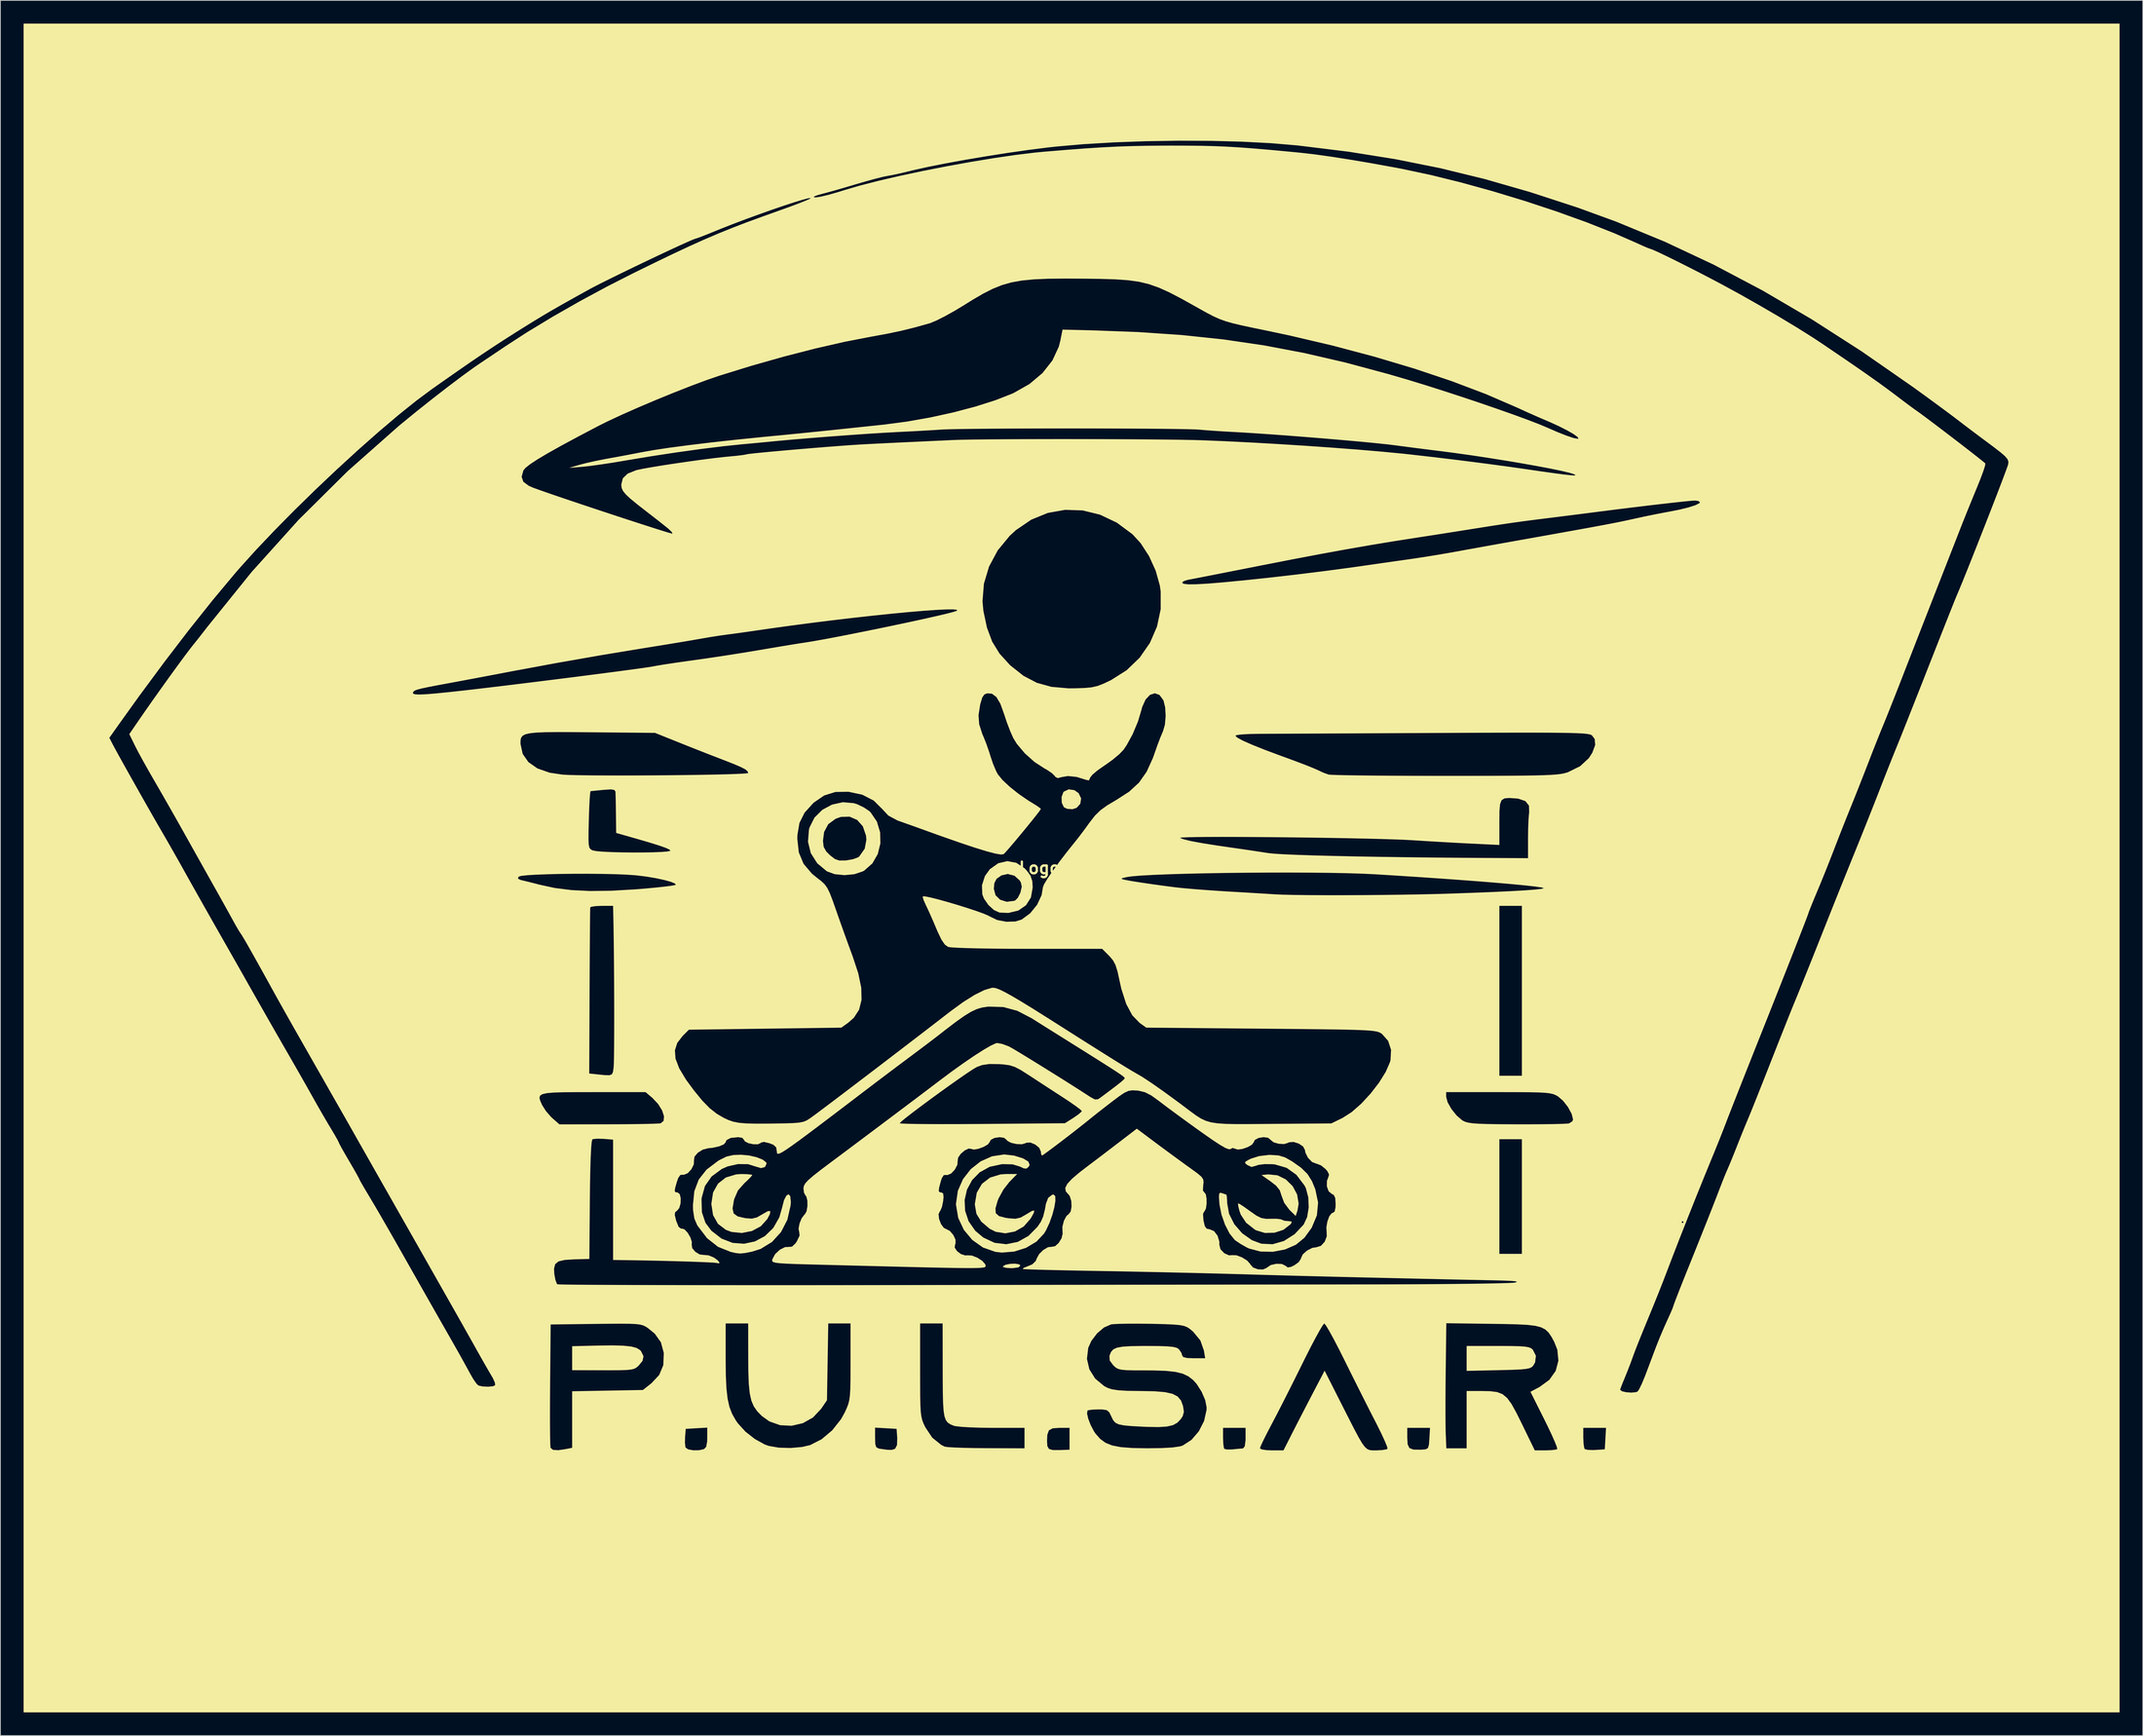
<source format=kicad_pcb>
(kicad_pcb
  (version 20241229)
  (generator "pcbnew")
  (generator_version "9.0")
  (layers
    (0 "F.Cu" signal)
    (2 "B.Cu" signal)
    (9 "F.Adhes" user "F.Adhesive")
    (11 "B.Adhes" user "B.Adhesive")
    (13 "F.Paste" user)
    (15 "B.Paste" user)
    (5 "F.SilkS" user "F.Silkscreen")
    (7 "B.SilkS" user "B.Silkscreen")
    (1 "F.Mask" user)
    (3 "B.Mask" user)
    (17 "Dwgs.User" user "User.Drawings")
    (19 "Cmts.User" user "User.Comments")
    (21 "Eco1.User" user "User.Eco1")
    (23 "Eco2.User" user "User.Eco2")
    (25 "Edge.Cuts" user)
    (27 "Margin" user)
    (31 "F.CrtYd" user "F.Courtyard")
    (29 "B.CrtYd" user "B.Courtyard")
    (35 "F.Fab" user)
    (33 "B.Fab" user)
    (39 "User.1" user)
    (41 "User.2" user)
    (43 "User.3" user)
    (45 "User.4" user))
  (footprint "Logo_Pulsar"
    (layer "F.Cu")
    (at 135.467 109.141)
    (property "Reference" "Logo_Pulsar" (at 0 0 0) (layer "F.SilkS") (effects (font (size 1.5 1.5) (thickness 0.3))))
    (attr board_only exclude_from_pos_files exclude_from_bom)
    (fp_poly (pts (xy -6.781 51.228) (xy -6.615 51.388) (xy -6.869 51.627) (xy -7.63 51.724) (xy -7.821 51.726) (xy -8.5 51.681) (xy -8.863 51.566) (xy -8.881 51.489) (xy -8.536 51.284) (xy -7.938 51.166) (xy -7.286 51.144)) (stroke (width 0) (type solid)) (fill yes) (layer "F.SilkS"))
    (fp_poly (pts (xy 0.356 -10.061) (xy 0.912 -9.673) (xy 1.235 -8.991) (xy 1.128 -8.301) (xy 0.659 -7.776) (xy 0.111 -7.595) (xy -0.56 -7.643) (xy -0.993 -7.846) (xy -1.267 -8.426) (xy -1.292 -9.175) (xy -1.066 -9.799) (xy -1.005 -9.869) (xy -0.379 -10.163)) (stroke (width 0) (type solid)) (fill yes) (layer "F.SilkS"))
    (fp_poly (pts (xy 26.616 39.722) (xy 27.7 40.262) (xy 28.573 41.119) (xy 29.151 42.191) (xy 29.351 43.375) (xy 29.203 44.27) (xy 28.972 44.979) (xy 28.153 44.18) (xy 27.487 43.285) (xy 27.146 42.378) (xy 26.911 41.66) (xy 26.434 41.063) (xy 25.755 40.531) (xy 24.553 39.688) (xy 25.405 39.602)) (stroke (width 0) (type solid)) (fill yes) (layer "F.SilkS"))
    (fp_poly (pts (xy -57.965 61.742) (xy -56.933 61.849) (xy -56.227 62.037) (xy -55.779 62.312) (xy -55.65 62.458) (xy -55.334 63.106) (xy -55.456 63.703) (xy -55.936 64.294) (xy -56.203 64.539) (xy -56.493 64.712) (xy -56.899 64.824) (xy -57.512 64.888) (xy -58.425 64.918) (xy -59.728 64.925) (xy -60.566 64.923) (xy -64.558 64.914) (xy -64.558 63.362) (xy -64.558 61.81) (xy -61.271 61.729) (xy -59.388 61.704)) (stroke (width 0) (type solid)) (fill yes) (layer "F.SilkS"))
    (fp_poly (pts (xy 56.699 61.786) (xy 57.83 61.811) (xy 58.604 61.864) (xy 59.106 61.954) (xy 59.423 62.091) (xy 59.623 62.264) (xy 60.021 63.05) (xy 59.916 63.905) (xy 59.685 64.309) (xy 59.496 64.507) (xy 59.207 64.65) (xy 58.732 64.75) (xy 57.989 64.819) (xy 56.892 64.868) (xy 55.358 64.907) (xy 55.187 64.911) (xy 51.065 64.999) (xy 51.065 63.389) (xy 51.065 61.78) (xy 55.125 61.78)) (stroke (width 0) (type solid)) (fill yes) (layer "F.SilkS"))
    (fp_poly (pts (xy 21.758 43.449) (xy 22.297 43.8) (xy 23.024 44.323) (xy 23.039 44.334) (xy 23.879 44.924) (xy 24.515 45.238) (xy 25.139 45.349) (xy 25.725 45.341) (xy 26.5 45.338) (xy 27.039 45.405) (xy 27.158 45.458) (xy 27.539 45.6) (xy 27.99 45.641) (xy 28.431 45.687) (xy 28.42 45.892) (xy 28.296 46.055) (xy 27.393 46.762) (xy 26.232 47.144) (xy 24.99 47.176) (xy 23.847 46.831) (xy 23.68 46.736) (xy 22.559 45.851) (xy 21.873 44.812) (xy 21.692 44.306) (xy 21.545 43.697) (xy 21.515 43.359) (xy 21.522 43.345)) (stroke (width 0) (type solid)) (fill yes) (layer "F.SilkS"))
    (fp_poly (pts (xy -8.054 40.597) (xy -8.808 41.565) (xy -9.43 42.7) (xy -9.563 43.035) (xy -9.839 44.002) (xy -9.798 44.622) (xy -9.376 44.995) (xy -8.508 45.22) (xy -8.131 45.276) (xy -7.255 45.338) (xy -6.583 45.183) (xy -5.822 44.747) (xy -5.132 44.329) (xy -4.826 44.265) (xy -4.881 44.578) (xy -5.277 45.29) (xy -5.29 45.312) (xy -6.183 46.336) (xy -7.315 46.982) (xy -8.566 47.222) (xy -9.814 47.024) (xy -10.586 46.633) (xy -11.679 45.707) (xy -12.299 44.704) (xy -12.502 43.527) (xy -12.501 43.408) (xy -12.253 41.967) (xy -11.587 40.823) (xy -10.55 40.021) (xy -9.186 39.605) (xy -8.438 39.555) (xy -7.036 39.555)) (stroke (width 0) (type solid)) (fill yes) (layer "F.SilkS"))
    (fp_poly (pts (xy -41.888 39.579) (xy -41.384 39.637) (xy -41.275 39.688) (xy -41.455 39.925) (xy -41.916 40.39) (xy -42.309 40.755) (xy -43.126 41.684) (xy -43.596 42.765) (xy -43.66 43.009) (xy -43.823 44.015) (xy -43.679 44.655) (xy -43.157 45.034) (xy -42.187 45.26) (xy -42.173 45.262) (xy -41.336 45.324) (xy -40.671 45.161) (xy -39.946 44.742) (xy -39.261 44.353) (xy -38.945 44.343) (xy -38.991 44.716) (xy -39.333 45.376) (xy -40.171 46.308) (xy -41.315 46.921) (xy -42.625 47.179) (xy -43.96 47.045) (xy -44.682 46.776) (xy -45.712 45.995) (xy -46.343 44.875) (xy -46.564 43.437) (xy -46.564 43.392) (xy -46.342 41.94) (xy -45.705 40.798) (xy -44.694 40.004) (xy -43.35 39.601) (xy -42.664 39.557)) (stroke (width 0) (type solid)) (fill yes) (layer "F.SilkS"))
    (fp_poly (pts (xy -7.147 -0.671) (xy -6.077 0.036) (xy -5.832 0.292) (xy -5.309 0.998) (xy -5.075 1.707) (xy -5.027 2.527) (xy -5.255 3.813) (xy -5.896 4.82) (xy -6.887 5.503) (xy -8.165 5.812) (xy -9.317 5.764) (xy -10.031 5.442) (xy -10.753 4.786) (xy -11.323 3.965) (xy -11.539 3.417) (xy -11.567 2.697) (xy -10.05 2.697) (xy -9.827 3.527) (xy -9.229 4.106) (xy -8.381 4.368) (xy -7.406 4.244) (xy -7.31 4.21) (xy -6.962 3.871) (xy -6.64 3.244) (xy -6.604 3.142) (xy -6.439 2.415) (xy -6.556 1.871) (xy -6.708 1.61) (xy -7.383 1.002) (xy -8.25 0.774) (xy -9.067 0.959) (xy -9.703 1.404) (xy -9.991 1.985) (xy -10.05 2.697) (xy -11.567 2.697) (xy -11.585 2.236) (xy -11.208 1.049) (xy -10.574 0.164) (xy -9.483 -0.61) (xy -8.311 -0.887)) (stroke (width 0) (type solid)) (fill yes) (layer "F.SilkS"))
    (fp_poly (pts (xy -28.143 -8.376) (xy -27.699 -8.235) (xy -26.858 -7.831) (xy -26.148 -7.354) (xy -25.982 -7.2) (xy -25.165 -5.99) (xy -24.748 -4.611) (xy -24.715 -3.177) (xy -25.052 -1.802) (xy -25.743 -0.6) (xy -26.774 0.316) (xy -26.983 0.436) (xy -28.074 0.804) (xy -29.357 0.926) (xy -30.612 0.805) (xy -31.619 0.439) (xy -31.629 0.433) (xy -32.881 -0.61) (xy -33.707 -1.91) (xy -34.074 -3.387) (xy -34.064 -3.516) (xy -32.135 -3.516) (xy -32.049 -2.734) (xy -31.711 -2.13) (xy -31.243 -1.663) (xy -30.615 -1.17) (xy -30.045 -0.967) (xy -29.269 -0.971) (xy -29.088 -0.987) (xy -28.256 -1.136) (xy -27.614 -1.37) (xy -27.448 -1.486) (xy -26.738 -2.499) (xy -26.525 -3.659) (xy -26.576 -4.199) (xy -26.984 -5.383) (xy -27.718 -6.21) (xy -28.693 -6.632) (xy -29.819 -6.602) (xy -30.495 -6.363) (xy -31.452 -5.661) (xy -31.992 -4.647) (xy -32.135 -3.516) (xy -34.064 -3.516) (xy -33.95 -4.957) (xy -33.871 -5.248) (xy -33.235 -6.511) (xy -32.228 -7.512) (xy -30.965 -8.194) (xy -29.565 -8.501)) (stroke (width 0) (type solid)) (fill yes) (layer "F.SilkS"))
    (fp_poly (pts (xy -7.421 37.175) (xy -6.262 37.54) (xy -5.59 37.944) (xy -5.421 38.375) (xy -5.544 38.614) (xy -5.827 38.856) (xy -6.189 38.824) (xy -6.684 38.593) (xy -7.625 38.307) (xy -8.909 38.278) (xy -9.017 38.285) (xy -10.592 38.624) (xy -11.88 39.339) (xy -12.863 40.346) (xy -13.518 41.565) (xy -13.825 42.911) (xy -13.763 44.303) (xy -13.311 45.658) (xy -12.449 46.894) (xy -11.409 47.769) (xy -9.949 48.448) (xy -8.438 48.629) (xy -6.954 48.328) (xy -5.575 47.559) (xy -4.408 46.379) (xy -3.966 45.722) (xy -3.669 45.035) (xy -3.445 44.125) (xy -3.319 43.413) (xy -3.029 42.643) (xy -2.52 42.239) (xy -2.315 42.205) (xy -2.111 42.422) (xy -2.091 43.011) (xy -2.227 43.857) (xy -2.491 44.847) (xy -2.854 45.868) (xy -3.291 46.805) (xy -3.555 47.25) (xy -4.54 48.295) (xy -5.874 49.09) (xy -7.414 49.58) (xy -9.019 49.711) (xy -9.848 49.618) (xy -11.449 49.058) (xy -12.833 48.08) (xy -13.926 46.774) (xy -14.653 45.233) (xy -14.94 43.546) (xy -14.942 43.392) (xy -14.7 41.724) (xy -14.037 40.214) (xy -13.031 38.925) (xy -11.757 37.922) (xy -10.294 37.267) (xy -8.719 37.026)) (stroke (width 0) (type solid)) (fill yes) (layer "F.SilkS"))
    (fp_poly (pts (xy -41.701 37.157) (xy -40.728 37.381) (xy -39.945 37.689) (xy -39.488 38.033) (xy -39.423 38.207) (xy -39.63 38.648) (xy -40.141 38.794) (xy -40.747 38.617) (xy -41.82 38.283) (xy -43.117 38.271) (xy -44.448 38.567) (xy -45.208 38.9) (xy -46.528 39.87) (xy -47.39 41.1) (xy -47.809 42.612) (xy -47.833 42.85) (xy -47.786 44.496) (xy -47.328 45.858) (xy -46.557 46.891) (xy -45.244 47.906) (xy -43.815 48.456) (xy -42.352 48.568) (xy -40.936 48.268) (xy -39.648 47.582) (xy -38.568 46.537) (xy -37.779 45.159) (xy -37.427 43.921) (xy -37.17 42.934) (xy -36.865 42.345) (xy -36.574 42.172) (xy -36.361 42.432) (xy -36.289 43.142) (xy -36.32 43.62) (xy -36.74 45.468) (xy -37.56 47.062) (xy -38.728 48.34) (xy -40.189 49.236) (xy -41.301 49.59) (xy -42.202 49.77) (xy -42.819 49.831) (xy -43.384 49.776) (xy -44.053 49.627) (xy -45.698 48.971) (xy -47.12 47.851) (xy -48.341 46.251) (xy -48.391 46.17) (xy -48.764 45.309) (xy -48.929 44.233) (xy -48.947 43.582) (xy -48.766 41.774) (xy -48.193 40.265) (xy -47.185 38.985) (xy -45.7 37.861) (xy -45.508 37.746) (xy -44.611 37.301) (xy -43.721 37.098) (xy -42.73 37.063)) (stroke (width 0) (type solid)) (fill yes) (layer "F.SilkS"))
    (fp_poly (pts (xy 26.749 37.152) (xy 27.595 37.409) (xy 28.498 37.919) (xy 29.673 38.748) (xy 30.486 39.544) (xy 31.069 40.467) (xy 31.506 41.535) (xy 31.866 43.249) (xy 31.71 44.899) (xy 31.034 46.507) (xy 30.101 47.793) (xy 29.004 48.693) (xy 27.593 49.307) (xy 26.015 49.61) (xy 24.415 49.578) (xy 22.94 49.187) (xy 22.622 49.037) (xy 21.847 48.596) (xy 21.205 48.164) (xy 21.072 48.057) (xy 20.428 47.256) (xy 19.836 46.109) (xy 19.374 44.797) (xy 19.119 43.5) (xy 19.112 43.43) (xy 19.048 42.56) (xy 19.073 42.11) (xy 19.21 41.974) (xy 19.428 42.025) (xy 19.869 42.174) (xy 19.998 42.201) (xy 20.066 42.436) (xy 20.105 43.026) (xy 20.108 43.29) (xy 20.356 44.693) (xy 21.034 46.039) (xy 22.05 47.214) (xy 23.307 48.105) (xy 24.525 48.562) (xy 25.99 48.63) (xy 27.448 48.21) (xy 28.82 47.339) (xy 30.001 46.085) (xy 30.449 45.118) (xy 30.649 43.881) (xy 30.596 42.574) (xy 30.286 41.395) (xy 30.107 41.036) (xy 29.057 39.657) (xy 27.794 38.757) (xy 26.296 38.32) (xy 25.962 38.286) (xy 24.956 38.274) (xy 24.143 38.377) (xy 23.845 38.48) (xy 23.266 38.644) (xy 22.74 38.411) (xy 22.436 38.161) (xy 22.464 37.967) (xy 22.886 37.716) (xy 23.208 37.561) (xy 24.233 37.24) (xy 25.472 37.09) (xy 25.705 37.086)) (stroke (width 0) (type solid)) (fill yes) (layer "F.SilkS"))
    (fp_poly (pts (xy 135.467 -0.000001) (xy 135.467 109.141) (xy -0.000001 109.141) (xy -135.467 109.141) (xy -135.467 70.621) (xy -67.425 70.621) (xy -67.42 72.213) (xy -67.407 73.502) (xy -67.386 74.419) (xy -67.358 74.895) (xy -67.349 74.94) (xy -67.038 75.209) (xy -66.357 75.254) (xy -65.385 75.109) (xy -64.558 74.943) (xy -64.558 74.276) (xy -49.978 74.276) (xy -49.919 74.841) (xy -49.9 74.905) (xy -49.562 75.144) (xy -48.907 75.266) (xy -48.137 75.254) (xy -47.514 75.113) (xy -47.237 74.822) (xy -47.111 74.16) (xy -47.096 73.644) (xy -47.096 72.336) (xy -48.485 72.416) (xy -49.874 72.496) (xy -49.958 73.516) (xy -49.978 74.276) (xy -64.558 74.276) (xy -64.558 71.289) (xy -64.558 67.635) (xy -59.983 67.552) (xy -55.407 67.469) (xy -54.312 66.601) (xy -53.305 65.526) (xy -52.778 64.259) (xy -52.743 63.452) (xy -44.715 63.452) (xy -44.693 65.566) (xy -44.616 67.242) (xy -44.468 68.57) (xy -44.23 69.641) (xy -43.887 70.544) (xy -43.421 71.369) (xy -43.145 71.768) (xy -42.171 72.842) (xy -40.948 73.803) (xy -39.677 74.507) (xy -39.139 74.701) (xy -37.844 74.925) (xy -36.324 74.968) (xy -34.836 74.836) (xy -33.796 74.593) (xy -32.315 73.841) (xy -32.095 73.655) (xy -25.4 73.655) (xy -25.377 74.444) (xy -25.257 74.852) (xy -24.965 75.028) (xy -24.672 75.084) (xy -23.797 75.201) (xy -23.274 75.215) (xy -22.935 75.12) (xy -22.803 75.045) (xy -22.57 74.599) (xy -22.535 73.717) (xy -22.539 73.66) (xy -22.622 72.496) (xy -24.011 72.416) (xy -25.4 72.336) (xy -25.4 73.655) (xy -32.095 73.655) (xy -30.94 72.682) (xy -29.801 71.239) (xy -29.331 70.39) (xy -29.067 69.816) (xy -28.873 69.314) (xy -28.738 68.79) (xy -28.652 68.15) (xy -28.603 67.3) (xy -28.581 66.146) (xy -28.577 64.903) (xy -19.579 64.903) (xy -19.577 66.845) (xy -19.568 68.336) (xy -19.542 69.455) (xy -19.495 70.281) (xy -19.417 70.893) (xy -19.303 71.37) (xy -19.144 71.789) (xy -18.934 72.231) (xy -18.905 72.289) (xy -18.013 73.632) (xy -16.853 74.564) (xy -16.404 74.792) (xy -16.023 74.85) (xy -15.204 74.902) (xy -14.037 74.945) (xy -12.614 74.976) (xy -11.046 74.991) (xy -6.085 75.009) (xy -6.085 74.061) (xy -3.175 74.061) (xy -3.13 74.736) (xy -2.914 75.098) (xy -2.408 75.235) (xy -1.54 75.235) (xy -0.265 75.19) (xy -0.265 73.777) (xy -0.265 72.364) (xy -1.559 72.364) (xy -2.438 72.424) (xy -2.927 72.683) (xy -3.136 73.253) (xy -3.175 74.061) (xy -6.085 74.061) (xy -6.085 73.686) (xy -6.085 72.364) (xy -10.302 72.364) (xy -11.798 72.347) (xy -13.157 72.3) (xy -14.268 72.23) (xy -15.02 72.142) (xy -15.241 72.089) (xy -15.674 71.906) (xy -16.009 71.684) (xy -16.257 71.358) (xy -16.432 70.862) (xy -16.546 70.128) (xy -16.614 69.093) (xy -16.647 67.689) (xy -16.658 65.851) (xy -16.66 64.889) (xy -16.662 63.444) (xy 1.985 63.444) (xy 2.3 64.802) (xy 3.053 66.003) (xy 4.2 66.955) (xy 4.642 67.192) (xy 5.222 67.383) (xy 6.064 67.51) (xy 7.256 67.58) (xy 8.887 67.601) (xy 8.904 67.601) (xy 10.718 67.634) (xy 12.078 67.749) (xy 13.055 67.97) (xy 13.72 68.322) (xy 14.145 68.831) (xy 14.401 69.522) (xy 14.402 69.524) (xy 14.519 70.286) (xy 14.367 70.853) (xy 14.119 71.23) (xy 13.673 71.7) (xy 13.099 72.017) (xy 12.303 72.199) (xy 11.192 72.266) (xy 9.671 72.236) (xy 9.267 72.219) (xy 7.806 72.141) (xy 6.78 72.049) (xy 6.095 71.912) (xy 5.658 71.7) (xy 5.375 71.382) (xy 5.151 70.929) (xy 5.132 70.883) (xy 4.862 70.338) (xy 4.532 70.073) (xy 3.957 69.989) (xy 3.48 69.982) (xy 2.704 70.011) (xy 2.172 70.084) (xy 2.055 70.132) (xy 1.999 70.514) (xy 2.155 71.191) (xy 2.468 72.003) (xy 2.879 72.788) (xy 3.104 73.12) (xy 3.703 73.798) (xy 4.388 74.296) (xy 5.247 74.641) (xy 6.368 74.857) (xy 7.839 74.97) (xy 9.732 75.004) (xy 11.641 74.98) (xy 13.056 74.899) (xy 14.01 74.761) (xy 14.366 74.652) (xy 15.497 73.918) (xy 15.734 73.642) (xy 19.579 73.642) (xy 19.61 74.422) (xy 19.688 74.961) (xy 19.74 75.082) (xy 20.086 75.163) (xy 20.729 75.154) (xy 20.865 75.142) (xy 21.597 75.069) (xy 22.119 75.027) (xy 22.159 75.025) (xy 22.171 75.01) (xy 24.342 75.01) (xy 24.581 75.152) (xy 25.203 75.248) (xy 25.867 75.274) (xy 27.391 75.274) (xy 28.431 73.223) (xy 28.977 72.153) (xy 29.676 70.795) (xy 30.433 69.333) (xy 31.089 68.074) (xy 32.707 64.974) (xy 34.899 69.3) (xy 35.824 71.128) (xy 36.547 72.541) (xy 37.106 73.59) (xy 37.543 74.331) (xy 37.899 74.816) (xy 38.212 75.1) (xy 38.525 75.235) (xy 38.876 75.275) (xy 39.308 75.274) (xy 39.403 75.274) (xy 40.185 75.235) (xy 40.72 75.137) (xy 40.843 75.065) (xy 40.775 74.768) (xy 40.498 74.093) (xy 40.301 73.667) (xy 43.392 73.667) (xy 43.443 74.502) (xy 43.67 74.974) (xy 44.184 75.172) (xy 45.096 75.189) (xy 45.244 75.183) (xy 45.783 75.136) (xy 46.067 74.968) (xy 46.191 74.54) (xy 46.25 73.753) (xy 46.33 72.364) (xy 44.861 72.364) (xy 43.392 72.364) (xy 43.392 73.667) (xy 40.301 73.667) (xy 40.054 73.132) (xy 39.482 71.976) (xy 39.269 71.56) (xy 38.671 70.392) (xy 48.332 70.392) (xy 48.339 71.788) (xy 48.355 72.807) (xy 48.364 73.091) (xy 48.442 75.009) (xy 49.753 75.009) (xy 51.065 75.009) (xy 51.065 71.305) (xy 51.065 67.601) (xy 52.925 67.601) (xy 54.097 67.624) (xy 54.994 67.736) (xy 55.698 68.004) (xy 56.295 68.496) (xy 56.866 69.276) (xy 57.496 70.413) (xy 58.182 71.795) (xy 59.875 75.274) (xy 61.247 75.274) (xy 62.055 75.245) (xy 62.626 75.171) (xy 62.781 75.111) (xy 62.725 74.831) (xy 62.463 74.166) (xy 62.23 73.642) (xy 66.146 73.642) (xy 66.182 74.429) (xy 66.274 74.981) (xy 66.334 75.11) (xy 66.692 75.207) (xy 67.374 75.234) (xy 67.723 75.22) (xy 68.924 75.142) (xy 69.004 73.753) (xy 69.084 72.364) (xy 67.615 72.364) (xy 66.146 72.364) (xy 66.146 73.642) (xy 62.23 73.642) (xy 62.034 73.2) (xy 61.472 72.02) (xy 61.13 71.327) (xy 59.316 67.706) (xy 60.495 67.081) (xy 61.759 66.156) (xy 62.578 64.999) (xy 62.928 63.678) (xy 62.787 62.261) (xy 62.393 61.267) (xy 62.022 60.583) (xy 61.662 60.053) (xy 61.242 59.655) (xy 60.692 59.37) (xy 59.942 59.177) (xy 58.92 59.055) (xy 57.556 58.984) (xy 55.78 58.943) (xy 54.363 58.922) (xy 48.438 58.842) (xy 48.362 65.007) (xy 48.343 66.895) (xy 48.333 68.725) (xy 48.332 70.392) (xy 38.671 70.392) (xy 38.573 70.201) (xy 37.724 68.524) (xy 36.801 66.686) (xy 35.883 64.845) (xy 35.253 63.572) (xy 34.531 62.134) (xy 33.873 60.874) (xy 33.319 59.864) (xy 32.908 59.176) (xy 32.68 58.881) (xy 32.664 58.875) (xy 32.471 59.101) (xy 32.087 59.734) (xy 31.55 60.706) (xy 30.897 61.949) (xy 30.166 63.392) (xy 29.886 63.956) (xy 29.024 65.696) (xy 28.126 67.489) (xy 27.257 69.203) (xy 26.485 70.708) (xy 25.876 71.871) (xy 25.863 71.895) (xy 25.276 73.016) (xy 24.794 73.975) (xy 24.467 74.672) (xy 24.342 75.007) (xy 24.342 75.01) (xy 22.171 75.01) (xy 22.385 74.756) (xy 22.485 73.985) (xy 22.49 73.686) (xy 22.49 72.364) (xy 21.034 72.364) (xy 19.579 72.364) (xy 19.579 73.642) (xy 15.734 73.642) (xy 16.448 72.81) (xy 17.128 71.473) (xy 17.444 70.055) (xy 17.455 69.718) (xy 17.273 68.781) (xy 16.808 67.7) (xy 16.167 66.693) (xy 15.707 66.179) (xy 15.095 65.706) (xy 14.368 65.365) (xy 13.435 65.136) (xy 12.206 65.001) (xy 10.59 64.943) (xy 9.5 64.937) (xy 8.086 64.935) (xy 7.099 64.912) (xy 6.437 64.851) (xy 6 64.738) (xy 5.686 64.555) (xy 5.392 64.286) (xy 5.389 64.283) (xy 4.927 63.658) (xy 4.894 63.072) (xy 4.905 63.033) (xy 5.088 62.568) (xy 5.374 62.234) (xy 5.841 62.009) (xy 6.571 61.873) (xy 7.644 61.804) (xy 9.141 61.781) (xy 9.689 61.78) (xy 11.243 61.79) (xy 12.352 61.827) (xy 13.1 61.897) (xy 13.571 62.01) (xy 13.85 62.175) (xy 13.872 62.196) (xy 14.21 62.692) (xy 14.287 62.99) (xy 14.435 63.219) (xy 14.938 63.337) (xy 15.777 63.368) (xy 17.267 63.368) (xy 17.107 62.382) (xy 16.644 61.064) (xy 15.696 59.916) (xy 15.245 59.548) (xy 14.92 59.34) (xy 14.526 59.189) (xy 13.973 59.083) (xy 13.171 59.01) (xy 12.03 58.96) (xy 10.461 58.921) (xy 10.245 58.917) (xy 8.724 58.898) (xy 7.328 58.9) (xy 6.169 58.923) (xy 5.362 58.964) (xy 5.105 58.995) (xy 4.195 59.39) (xy 3.297 60.151) (xy 2.554 61.133) (xy 2.154 62.023) (xy 1.985 63.444) (xy -16.662 63.444) (xy -16.669 58.87) (xy -18.124 58.87) (xy -19.579 58.87) (xy -19.579 64.903) (xy -28.577 64.903) (xy -28.575 64.595) (xy -28.575 63.831) (xy -28.575 58.87) (xy -30.014 58.87) (xy -31.453 58.87) (xy -31.536 63.831) (xy -31.618 68.792) (xy -32.374 69.906) (xy -33.425 71.024) (xy -34.733 71.759) (xy -36.185 72.096) (xy -37.669 72.023) (xy -39.073 71.527) (xy -40.052 70.825) (xy -40.639 70.218) (xy -41.08 69.586) (xy -41.395 68.844) (xy -41.603 67.904) (xy -41.727 66.679) (xy -41.785 65.084) (xy -41.798 63.434) (xy -41.804 58.87) (xy -43.259 58.87) (xy -44.715 58.87) (xy -44.715 63.452) (xy -52.743 63.452) (xy -52.713 62.751) (xy -52.724 62.645) (xy -53.086 61.307) (xy -53.876 60.194) (xy -54.773 59.46) (xy -55.079 59.265) (xy -55.393 59.118) (xy -55.792 59.015) (xy -56.35 58.948) (xy -57.142 58.912) (xy -58.245 58.902) (xy -59.733 58.911) (xy -61.496 58.931) (xy -67.336 59.002) (xy -67.407 66.804) (xy -67.42 68.795) (xy -67.425 70.621) (xy -135.467 70.621) (xy -135.467 -0.000001) (xy -135.467 -16.828) (xy -124.382 -16.828) (xy -123.934 -15.954) (xy -123.621 -15.369) (xy -123.094 -14.411) (xy -122.403 -13.17) (xy -121.598 -11.732) (xy -120.727 -10.187) (xy -119.841 -8.62) (xy -118.988 -7.12) (xy -118.218 -5.775) (xy -117.58 -4.673) (xy -117.478 -4.498) (xy -116.798 -3.322) (xy -115.989 -1.904) (xy -115.176 -0.466) (xy -114.768 0.265) (xy -113.638 2.284) (xy -112.3 4.658) (xy -110.812 7.284) (xy -109.232 10.061) (xy -109.01 10.451) (xy -108.55 11.259) (xy -107.895 12.411) (xy -107.113 13.791) (xy -106.268 15.281) (xy -105.632 16.404) (xy -104.692 18.059) (xy -103.677 19.841) (xy -102.68 21.583) (xy -101.797 23.12) (xy -101.397 23.812) (xy -100.557 25.27) (xy -99.656 26.847) (xy -98.805 28.347) (xy -98.156 29.501) (xy -97.444 30.762) (xy -96.694 32.065) (xy -96.023 33.208) (xy -95.737 33.684) (xy -95.245 34.508) (xy -94.884 35.146) (xy -94.723 35.473) (xy -94.721 35.487) (xy -94.595 35.757) (xy -94.255 36.378) (xy -93.76 37.242) (xy -93.398 37.861) (xy -92.836 38.822) (xy -92.393 39.601) (xy -92.126 40.093) (xy -92.075 40.209) (xy -91.947 40.467) (xy -91.6 41.076) (xy -91.094 41.936) (xy -90.666 42.649) (xy -90.11 43.585) (xy -89.357 44.875) (xy -88.47 46.412) (xy -87.509 48.09) (xy -86.537 49.8) (xy -86.234 50.334) (xy -85.187 52.186) (xy -84.054 54.185) (xy -82.919 56.183) (xy -81.867 58.031) (xy -80.981 59.582) (xy -80.898 59.727) (xy -80.075 61.171) (xy -79.281 62.575) (xy -78.582 63.825) (xy -78.041 64.808) (xy -77.798 65.261) (xy -77.337 66.062) (xy -76.922 66.655) (xy -76.672 66.894) (xy -76.103 67.016) (xy -75.4 67.045) (xy -74.79 66.983) (xy -74.51 66.855) (xy -74.55 66.512) (xy -74.815 65.926) (xy -74.928 65.73) (xy -75.297 65.105) (xy -75.836 64.168) (xy -76.457 63.074) (xy -76.812 62.442) (xy -77.245 61.669) (xy -77.689 60.879) (xy -78.164 60.034) (xy -78.692 59.098) (xy -79.294 58.032) (xy -79.992 56.8) (xy -80.805 55.365) (xy -81.756 53.688) (xy -82.833 51.791) (xy -66.899 51.791) (xy -66.864 52.476) (xy -66.728 53.222) (xy -66.541 53.722) (xy -66.465 53.809) (xy -66.175 53.827) (xy -65.384 53.844) (xy -64.12 53.859) (xy -62.41 53.872) (xy -60.283 53.884) (xy -57.767 53.895) (xy -54.889 53.904) (xy -51.677 53.911) (xy -48.16 53.917) (xy -44.366 53.92) (xy -40.321 53.922) (xy -36.055 53.922) (xy -31.595 53.92) (xy -26.969 53.915) (xy -22.978 53.91) (xy -17.888 53.902) (xy -12.73 53.895) (xy -7.55 53.887) (xy -2.393 53.879) (xy 2.695 53.872) (xy 7.67 53.865) (xy 12.486 53.858) (xy 17.096 53.852) (xy 21.457 53.846) (xy 25.522 53.84) (xy 29.246 53.835) (xy 32.584 53.831) (xy 35.491 53.827) (xy 37.92 53.824) (xy 38.232 53.824) (xy 41.3 53.817) (xy 44.233 53.805) (xy 46.986 53.787) (xy 49.512 53.765) (xy 51.765 53.739) (xy 53.698 53.71) (xy 55.266 53.678) (xy 56.421 53.644) (xy 57.117 53.608) (xy 57.282 53.589) (xy 57.565 53.501) (xy 57.432 53.431) (xy 56.855 53.374) (xy 55.804 53.329) (xy 54.504 53.296) (xy 52.924 53.263) (xy 51.336 53.23) (xy 49.911 53.2) (xy 48.818 53.176) (xy 48.683 53.173) (xy 44.817 53.086) (xy 41.416 53.008) (xy 38.415 52.939) (xy 35.749 52.876) (xy 33.356 52.818) (xy 31.169 52.763) (xy 29.126 52.71) (xy 27.16 52.657) (xy 25.209 52.603) (xy 23.208 52.545) (xy 22.093 52.512) (xy 19.577 52.442) (xy 16.686 52.368) (xy 13.573 52.294) (xy 10.391 52.223) (xy 7.294 52.159) (xy 4.434 52.105) (xy 3.572 52.09) (xy 1.35 52.05) (xy -0.701 52.009) (xy -2.522 51.967) (xy -4.053 51.928) (xy -5.235 51.891) (xy -6.011 51.859) (xy -6.319 51.833) (xy -6.322 51.832) (xy -6.199 51.691) (xy -5.925 51.581) (xy -5.083 51.233) (xy -4.636 50.803) (xy -4.504 50.465) (xy -4.192 49.897) (xy -3.647 49.368) (xy -3.044 49.012) (xy -2.569 48.963) (xy -2.13 48.885) (xy -1.666 48.463) (xy -1.299 47.864) (xy -1.152 47.253) (xy -1.173 47.073) (xy -1.189 46.373) (xy -0.993 45.601) (xy -0.659 44.976) (xy -0.378 44.744) (xy -0.114 44.395) (xy -0.004 43.749) (xy -0.046 43.014) (xy -0.239 42.401) (xy -0.397 42.201) (xy -0.75 41.8) (xy -0.819 41.365) (xy -0.569 40.845) (xy 0.033 40.19) (xy 1.024 39.348) (xy 2.13 38.499) (xy 2.854 37.954) (xy 3.853 37.196) (xy 4.986 36.333) (xy 5.901 35.633) (xy 8.432 33.696) (xy 11.029 35.636) (xy 12.256 36.547) (xy 13.539 37.489) (xy 14.702 38.335) (xy 15.395 38.832) (xy 16.265 39.462) (xy 16.779 39.901) (xy 17.018 40.255) (xy 17.063 40.634) (xy 17.014 41.012) (xy 16.979 41.698) (xy 17.162 41.936) (xy 17.163 41.936) (xy 17.348 42.164) (xy 17.445 42.717) (xy 17.452 43.398) (xy 17.37 44.01) (xy 17.198 44.356) (xy 17.165 44.373) (xy 16.991 44.707) (xy 17.045 45.519) (xy 17.056 45.585) (xy 17.227 46.305) (xy 17.478 46.63) (xy 17.838 46.699) (xy 18.411 46.934) (xy 18.868 47.525) (xy 19.1 48.295) (xy 19.097 48.701) (xy 19.25 49.28) (xy 19.729 49.787) (xy 20.344 50.068) (xy 20.771 50.042) (xy 21.31 50.058) (xy 22.018 50.325) (xy 22.679 50.731) (xy 23.076 51.167) (xy 23.101 51.235) (xy 23.445 51.631) (xy 24.07 51.867) (xy 24.744 51.898) (xy 25.234 51.681) (xy 25.262 51.646) (xy 25.752 51.318) (xy 26.472 51.158) (xy 27.188 51.186) (xy 27.666 51.424) (xy 27.668 51.426) (xy 27.941 51.633) (xy 28.348 51.563) (xy 28.793 51.353) (xy 29.357 50.945) (xy 29.636 50.516) (xy 29.642 50.462) (xy 29.875 49.951) (xy 30.432 49.452) (xy 31.121 49.102) (xy 31.645 49.022) (xy 32.232 48.837) (xy 32.721 48.306) (xy 32.986 47.609) (xy 32.971 47.121) (xy 32.932 46.449) (xy 33.065 45.688) (xy 33.312 45.019) (xy 33.619 44.623) (xy 33.747 44.582) (xy 34.006 44.407) (xy 34.12 43.829) (xy 34.131 43.423) (xy 34.078 42.647) (xy 33.988 42.466) (xy 55.298 42.466) (xy 55.298 49.874) (xy 56.753 49.874) (xy 58.208 49.874) (xy 58.208 45.773) (xy 78.846 45.773) (xy 78.978 45.905) (xy 79.11 45.773) (xy 78.978 45.641) (xy 78.846 45.773) (xy 58.208 45.773) (xy 58.208 42.466) (xy 58.208 35.057) (xy 56.753 35.057) (xy 55.298 35.057) (xy 55.298 42.466) (xy 33.988 42.466) (xy 33.883 42.254) (xy 33.64 42.134) (xy 33.223 41.786) (xy 32.995 41.146) (xy 33.006 40.433) (xy 33.157 40.048) (xy 33.287 39.636) (xy 33.068 39.19) (xy 32.819 38.905) (xy 32.248 38.445) (xy 31.714 38.234) (xy 31.68 38.232) (xy 31.091 38.005) (xy 30.548 37.45) (xy 30.212 36.755) (xy 30.171 36.467) (xy 29.934 36.005) (xy 29.372 35.624) (xy 28.693 35.412) (xy 28.1 35.455) (xy 27.969 35.532) (xy 27.472 35.683) (xy 26.781 35.648) (xy 26.13 35.465) (xy 25.756 35.175) (xy 25.748 35.156) (xy 25.401 34.869) (xy 24.806 34.791) (xy 24.165 34.896) (xy 23.683 35.156) (xy 23.548 35.442) (xy 23.319 35.764) (xy 22.766 36.08) (xy 22.088 36.316) (xy 21.487 36.398) (xy 21.201 36.308) (xy 20.808 36.184) (xy 20.576 36.321) (xy 20.339 36.359) (xy 19.9 36.195) (xy 19.209 35.802) (xy 18.214 35.149) (xy 16.864 34.205) (xy 16.53 33.967) (xy 15.169 32.988) (xy 13.829 32.012) (xy 12.625 31.124) (xy 11.672 30.408) (xy 11.28 30.106) (xy 10.287 29.391) (xy 9.473 28.98) (xy 8.66 28.788) (xy 8.495 28.77) (xy 7.871 28.735) (xy 7.363 28.809) (xy 6.83 29.051) (xy 6.133 29.52) (xy 5.403 30.068) (xy 4.4 30.84) (xy 3.415 31.609) (xy 2.63 32.234) (xy 2.499 32.341) (xy 1.678 33.002) (xy 0.696 33.776) (xy -0.364 34.599) (xy -1.415 35.405) (xy -2.373 36.13) (xy -3.153 36.708) (xy -3.669 37.076) (xy -3.836 37.174) (xy -3.944 36.952) (xy -3.969 36.652) (xy -4.184 36.17) (xy -4.698 35.746) (xy -5.315 35.489) (xy -5.838 35.508) (xy -5.923 35.561) (xy -6.406 35.709) (xy -7.112 35.684) (xy -7.82 35.523) (xy -8.306 35.265) (xy -8.386 35.151) (xy -8.729 34.873) (xy -9.324 34.795) (xy -9.966 34.893) (xy -10.45 35.142) (xy -10.586 35.416) (xy -10.816 35.727) (xy -11.368 36.047) (xy -12.041 36.297) (xy -12.634 36.399) (xy -12.915 36.324) (xy -13.297 36.263) (xy -13.819 36.514) (xy -14.328 36.95) (xy -14.668 37.445) (xy -14.716 37.797) (xy -14.767 38.371) (xy -15.095 38.99) (xy -15.567 39.487) (xy -16.053 39.694) (xy -16.175 39.676) (xy -16.519 39.698) (xy -16.774 40.094) (xy -16.916 40.535) (xy -17.124 41.337) (xy -17.17 41.756) (xy -17.044 41.914) (xy -16.826 41.936) (xy -16.6 42.068) (xy -16.55 42.535) (xy -16.601 43.061) (xy -16.752 43.796) (xy -16.953 44.288) (xy -17.024 44.365) (xy -17.197 44.752) (xy -17.125 45.37) (xy -16.878 46.022) (xy -16.52 46.509) (xy -16.256 46.645) (xy -15.736 46.911) (xy -15.281 47.442) (xy -15 48.055) (xy -15.003 48.568) (xy -15.056 48.653) (xy -15.11 49.058) (xy -14.811 49.517) (xy -14.304 49.902) (xy -13.732 50.082) (xy -13.488 50.06) (xy -12.897 50.093) (xy -12.188 50.368) (xy -11.546 50.779) (xy -11.156 51.224) (xy -11.113 51.396) (xy -11.114 51.475) (xy -11.143 51.543) (xy -11.232 51.6) (xy -11.416 51.645) (xy -11.729 51.679) (xy -12.206 51.702) (xy -12.88 51.713) (xy -13.786 51.712) (xy -14.958 51.699) (xy -16.43 51.673) (xy -18.237 51.636) (xy -20.412 51.585) (xy -22.99 51.522) (xy -26.005 51.446) (xy -29.492 51.357) (xy -32.178 51.288) (xy -34.22 51.234) (xy -35.792 51.187) (xy -36.954 51.139) (xy -37.766 51.084) (xy -38.288 51.016) (xy -38.578 50.929) (xy -38.697 50.815) (xy -38.703 50.668) (xy -38.682 50.577) (xy -38.324 49.912) (xy -37.717 49.342) (xy -37.042 49.004) (xy -36.617 48.983) (xy -36.141 48.946) (xy -35.692 48.519) (xy -35.508 48.247) (xy -35.158 47.512) (xy -35.205 47.077) (xy -35.294 46.625) (xy -35.167 45.949) (xy -34.891 45.268) (xy -34.536 44.802) (xy -34.486 44.768) (xy -34.262 44.386) (xy -34.148 43.722) (xy -34.154 43.006) (xy -34.286 42.463) (xy -34.396 42.333) (xy -34.59 41.974) (xy -34.66 41.426) (xy -34.611 41.104) (xy -34.424 40.762) (xy -34.037 40.34) (xy -33.391 39.781) (xy -32.426 39.025) (xy -31.287 38.168) (xy -29.923 37.151) (xy -28.342 35.968) (xy -26.618 34.676) (xy -24.825 33.331) (xy -24.375 32.993) (xy -22.216 32.993) (xy -21.962 33.031) (xy -21.236 33.062) (xy -20.091 33.085) (xy -18.585 33.1) (xy -16.772 33.106) (xy -14.708 33.104) (xy -12.45 33.092) (xy -11.545 33.085) (xy -0.865 32.992) (xy 0.229 32.302) (xy 0.863 31.864) (xy 1.256 31.522) (xy 1.319 31.416) (xy 1.108 31.202) (xy 0.541 30.773) (xy -0.293 30.193) (xy -1.129 29.641) (xy -2.408 28.811) (xy -3.789 27.913) (xy -5.051 27.089) (xy -5.556 26.758) (xy -6.566 26.117) (xy -7.327 25.72) (xy -8.021 25.499) (xy -8.827 25.39) (xy -9.393 25.352) (xy -10.64 25.336) (xy -11.566 25.472) (xy -12.24 25.721) (xy -12.718 26) (xy -13.503 26.517) (xy -14.521 27.217) (xy -15.698 28.048) (xy -16.962 28.954) (xy -18.237 29.884) (xy -19.45 30.782) (xy -20.529 31.595) (xy -21.398 32.269) (xy -21.985 32.752) (xy -22.215 32.988) (xy -22.216 32.993) (xy -24.375 32.993) (xy -23.04 31.99) (xy -21.337 30.709) (xy -19.79 29.545) (xy -18.476 28.553) (xy -17.468 27.789) (xy -17.066 27.483) (xy -15.481 26.298) (xy -13.956 25.208) (xy -12.557 24.256) (xy -11.349 23.484) (xy -10.398 22.935) (xy -9.769 22.651) (xy -9.614 22.622) (xy -8.966 22.742) (xy -8.168 23.038) (xy -7.993 23.123) (xy -7.516 23.393) (xy -6.677 23.895) (xy -5.558 24.577) (xy -4.245 25.386) (xy -2.821 26.271) (xy -1.369 27.179) (xy 0.026 28.059) (xy 1.281 28.858) (xy 2.312 29.525) (xy 2.449 29.614) (xy 3.007 29.917) (xy 3.4 29.896) (xy 3.665 29.731) (xy 4.928 28.789) (xy 5.821 28.111) (xy 6.401 27.653) (xy 6.728 27.366) (xy 6.858 27.205) (xy 6.868 27.161) (xy 6.824 27.077) (xy 6.67 26.936) (xy 6.36 26.707) (xy 5.848 26.362) (xy 5.087 25.868) (xy 4.032 25.196) (xy 2.635 24.316) (xy 0.852 23.197) (xy 0.132 22.747) (xy -1.259 21.875) (xy -2.631 21.015) (xy -3.859 20.244) (xy -4.821 19.638) (xy -5.159 19.425) (xy -7.008 18.465) (xy -8.818 17.974) (xy -10.718 17.919) (xy -10.863 17.931) (xy -11.568 18.035) (xy -12.257 18.24) (xy -13.006 18.593) (xy -13.891 19.136) (xy -14.989 19.914) (xy -16.373 20.97) (xy -17.198 21.617) (xy -17.769 22.058) (xy -18.647 22.725) (xy -19.715 23.529) (xy -20.855 24.381) (xy -20.902 24.416) (xy -22.309 25.467) (xy -23.908 26.67) (xy -25.473 27.852) (xy -26.442 28.588) (xy -28.95 30.498) (xy -31.07 32.109) (xy -32.834 33.444) (xy -34.276 34.525) (xy -35.427 35.375) (xy -36.321 36.017) (xy -36.99 36.473) (xy -37.466 36.765) (xy -37.782 36.916) (xy -37.971 36.948) (xy -38.065 36.884) (xy -38.097 36.747) (xy -38.1 36.644) (xy -38.188 36.107) (xy -38.548 35.777) (xy -39.057 35.576) (xy -39.786 35.402) (xy -40.156 35.5) (xy -40.193 35.548) (xy -40.55 35.714) (xy -41.152 35.707) (xy -41.785 35.567) (xy -42.237 35.333) (xy -42.333 35.155) (xy -42.57 34.877) (xy -43.105 34.793) (xy -44.066 34.893) (xy -44.611 35.177) (xy -44.715 35.449) (xy -44.953 35.725) (xy -45.565 35.983) (xy -46.397 36.168) (xy -46.964 36.223) (xy -47.677 36.408) (xy -48.32 36.812) (xy -48.741 37.312) (xy -48.805 37.738) (xy -48.834 38.315) (xy -49.148 38.943) (xy -49.619 39.449) (xy -50.116 39.657) (xy -50.224 39.644) (xy -50.58 39.681) (xy -50.852 40.083) (xy -51.017 40.56) (xy -51.243 41.35) (xy -51.301 41.76) (xy -51.186 41.914) (xy -50.932 41.936) (xy -50.65 42.157) (xy -50.523 42.693) (xy -50.545 43.355) (xy -50.714 43.953) (xy -50.982 44.277) (xy -51.246 44.496) (xy -51.293 44.847) (xy -51.138 45.498) (xy -51.098 45.635) (xy -50.798 46.378) (xy -50.486 46.619) (xy -50.399 46.602) (xy -50.036 46.71) (xy -49.623 47.151) (xy -49.269 47.754) (xy -49.083 48.347) (xy -49.106 48.654) (xy -49.042 49.127) (xy -48.641 49.608) (xy -48.072 49.953) (xy -47.512 50.018) (xy -46.934 50.063) (xy -46.258 50.339) (xy -46.255 50.34) (xy -45.752 50.702) (xy -45.512 50.993) (xy -45.592 51.116) (xy -45.839 51.06) (xy -46.193 51.019) (xy -47 50.972) (xy -48.186 50.922) (xy -49.676 50.87) (xy -51.394 50.819) (xy -53.265 50.772) (xy -55.214 50.73) (xy -57.166 50.696) (xy -57.745 50.688) (xy -59.267 50.668) (xy -59.267 42.889) (xy -59.267 35.111) (xy -60.477 35.014) (xy -61.26 34.989) (xy -61.825 35.038) (xy -61.948 35.079) (xy -62.028 35.389) (xy -62.1 36.186) (xy -62.162 37.432) (xy -62.213 39.086) (xy -62.252 41.107) (xy -62.271 42.888) (xy -62.333 50.535) (xy -64.258 50.584) (xy -65.508 50.659) (xy -66.312 50.847) (xy -66.749 51.205) (xy -66.899 51.791) (xy -82.833 51.791) (xy -82.866 51.733) (xy -84.156 49.461) (xy -85.646 46.837) (xy -87.359 43.823) (xy -89.032 40.878) (xy -89.622 39.839) (xy -90.372 38.517) (xy -91.182 37.088) (xy -91.883 35.851) (xy -92.651 34.498) (xy -93.439 33.109) (xy -94.153 31.854) (xy -94.664 30.956) (xy -95.379 29.703) (xy -68.784 29.703) (xy -68.694 30.067) (xy -68.486 30.536) (xy -68.425 30.666) (xy -67.941 31.426) (xy -67.273 32.191) (xy -67.103 32.348) (xy -66.206 33.136) (xy -59.892 33.128) (xy -58.095 33.121) (xy -56.458 33.105) (xy -55.06 33.083) (xy -53.981 33.054) (xy -53.302 33.022) (xy -53.115 33) (xy -52.733 32.682) (xy -52.686 32.09) (xy -52.936 31.328) (xy -53.449 30.503) (xy -54.189 29.717) (xy -54.25 29.665) (xy -55.074 28.972) (xy -61.809 28.972) (xy -63.981 28.974) (xy -65.675 28.988) (xy -66.943 29.027) (xy -67.836 29.105) (xy -68.407 29.235) (xy -68.705 29.43) (xy -68.784 29.703) (xy -95.379 29.703) (xy -96.217 28.232) (xy -97.168 26.564) (xy -62.35 26.564) (xy -61.403 26.665) (xy -60.368 26.772) (xy -59.745 26.789) (xy -59.42 26.665) (xy -59.278 26.353) (xy -59.204 25.803) (xy -59.196 25.731) (xy -59.169 25.22) (xy -59.148 24.254) (xy -59.141 23.565) (xy -51.275 23.565) (xy -51.196 24.644) (xy -50.719 25.895) (xy -49.835 27.367) (xy -48.8 28.771) (xy -47.714 30.09) (xy -46.771 31.054) (xy -45.855 31.773) (xy -44.979 32.286) (xy -44.354 32.581) (xy -43.73 32.792) (xy -43.007 32.933) (xy -42.087 33.013) (xy -40.87 33.045) (xy -39.258 33.04) (xy -38.593 33.032) (xy -37.072 33.008) (xy -35.979 32.972) (xy -35.212 32.909) (xy -34.671 32.803) (xy -34.255 32.636) (xy -33.862 32.392) (xy -33.637 32.232) (xy -32.982 31.751) (xy -31.965 30.989) (xy -30.64 29.99) (xy -29.063 28.795) (xy -27.291 27.448) (xy -25.379 25.991) (xy -23.383 24.467) (xy -21.359 22.917) (xy -19.363 21.386) (xy -17.451 19.915) (xy -15.678 18.547) (xy -15.584 18.474) (xy -13.971 17.302) (xy -12.512 16.391) (xy -11.273 15.775) (xy -10.319 15.493) (xy -10.112 15.478) (xy -9.782 15.533) (xy -9.303 15.712) (xy -8.631 16.039) (xy -7.727 16.54) (xy -6.548 17.237) (xy -5.052 18.154) (xy -3.199 19.316) (xy -0.968 20.732) (xy 0.946 21.948) (xy 2.754 23.091) (xy 4.398 24.125) (xy 5.822 25.014) (xy 6.969 25.723) (xy 7.783 26.217) (xy 8.202 26.458) (xy 9.106 26.983) (xy 10.369 27.815) (xy 11.945 28.92) (xy 13.785 30.265) (xy 14.552 30.839) (xy 15.395 31.477) (xy 16.09 31.985) (xy 16.709 32.377) (xy 17.324 32.668) (xy 18.009 32.871) (xy 18.836 33.001) (xy 19.877 33.074) (xy 21.205 33.102) (xy 22.892 33.1) (xy 25.012 33.083) (xy 25.849 33.076) (xy 33.574 33.016) (xy 35.037 32.301) (xy 36.198 31.557) (xy 37.435 30.471) (xy 38.269 29.572) (xy 48.419 29.572) (xy 48.609 30.287) (xy 49.097 31.148) (xy 49.761 31.978) (xy 50.48 32.602) (xy 50.547 32.644) (xy 50.848 32.794) (xy 51.244 32.909) (xy 51.803 32.994) (xy 52.597 33.053) (xy 53.695 33.092) (xy 55.167 33.115) (xy 57.083 33.127) (xy 57.55 33.129) (xy 59.341 33.129) (xy 60.975 33.118) (xy 62.372 33.099) (xy 63.449 33.071) (xy 64.127 33.037) (xy 64.307 33.014) (xy 64.73 32.742) (xy 64.823 32.502) (xy 64.637 31.771) (xy 64.164 30.901) (xy 63.528 30.084) (xy 62.882 29.528) (xy 62.581 29.358) (xy 62.251 29.226) (xy 61.823 29.128) (xy 61.228 29.06) (xy 60.398 29.014) (xy 59.263 28.988) (xy 57.756 28.976) (xy 55.806 28.972) (xy 55.201 28.972) (xy 48.419 28.972) (xy 48.419 29.572) (xy 38.269 29.572) (xy 38.647 29.164) (xy 39.736 27.755) (xy 40.603 26.363) (xy 41.15 25.107) (xy 41.228 24.819) (xy 41.296 23.505) (xy 40.917 22.346) (xy 40.131 21.456) (xy 39.959 21.337) (xy 39.76 21.237) (xy 39.491 21.152) (xy 39.108 21.081) (xy 38.57 21.022) (xy 37.833 20.973) (xy 36.855 20.933) (xy 35.592 20.899) (xy 34.002 20.87) (xy 32.042 20.843) (xy 29.669 20.817) (xy 26.84 20.791) (xy 24.521 20.77) (xy 9.657 20.637) (xy 8.79 20.019) (xy 7.846 19.044) (xy 7.06 17.576) (xy 6.515 15.875) (xy 55.298 15.875) (xy 55.298 26.855) (xy 56.753 26.855) (xy 58.208 26.855) (xy 58.208 15.875) (xy 58.208 4.895) (xy 56.753 4.895) (xy 55.298 4.895) (xy 55.298 15.875) (xy 6.515 15.875) (xy 6.43 15.611) (xy 6.2 14.576) (xy 5.937 13.374) (xy 5.678 12.547) (xy 5.36 11.946) (xy 4.92 11.421) (xy 4.843 11.343) (xy 3.951 10.451) (xy -5.68 10.451) (xy -7.912 10.444) (xy -9.996 10.426) (xy -11.869 10.396) (xy -13.466 10.358) (xy -14.724 10.312) (xy -15.577 10.26) (xy -15.957 10.205) (xy -16.382 9.903) (xy -16.817 9.275) (xy -17.315 8.238) (xy -17.462 7.89) (xy -17.935 6.777) (xy -18.405 5.716) (xy -18.783 4.908) (xy -18.836 4.803) (xy -19.126 4.158) (xy -19.247 3.736) (xy -19.235 3.669) (xy -18.924 3.672) (xy -18.215 3.815) (xy -17.211 4.068) (xy -16.014 4.401) (xy -14.727 4.782) (xy -13.452 5.18) (xy -12.292 5.565) (xy -11.35 5.907) (xy -10.729 6.174) (xy -10.583 6.26) (xy -9.619 6.724) (xy -8.438 6.95) (xy -7.268 6.916) (xy -6.46 6.668) (xy -5.35 5.853) (xy -4.454 4.748) (xy -3.873 3.508) (xy -3.704 2.478) (xy -3.544 2.08) (xy -3.137 1.41) (xy 6.462 1.41) (xy 6.816 1.513) (xy 6.879 1.527) (xy 7.628 1.669) (xy 8.794 1.857) (xy 10.268 2.075) (xy 11.943 2.306) (xy 13.361 2.491) (xy 14.348 2.598) (xy 15.722 2.72) (xy 17.344 2.846) (xy 19.072 2.966) (xy 20.241 3.038) (xy 21.868 3.134) (xy 23.398 3.225) (xy 24.717 3.304) (xy 25.711 3.366) (xy 26.194 3.398) (xy 27.235 3.446) (xy 28.726 3.481) (xy 30.59 3.505) (xy 32.746 3.516) (xy 35.117 3.516) (xy 37.624 3.505) (xy 40.189 3.483) (xy 42.732 3.451) (xy 45.176 3.408) (xy 47.441 3.355) (xy 48.948 3.31) (xy 52.012 3.201) (xy 54.661 3.094) (xy 56.875 2.989) (xy 58.638 2.887) (xy 59.93 2.79) (xy 60.734 2.699) (xy 61.03 2.614) (xy 61.026 2.597) (xy 60.695 2.508) (xy 59.88 2.392) (xy 58.628 2.253) (xy 56.983 2.095) (xy 54.99 1.922) (xy 52.694 1.736) (xy 50.141 1.542) (xy 47.375 1.344) (xy 44.442 1.144) (xy 41.387 0.948) (xy 39.158 0.811) (xy 37.517 0.734) (xy 35.537 0.673) (xy 33.279 0.63) (xy 30.806 0.603) (xy 28.18 0.592) (xy 25.463 0.595) (xy 22.717 0.613) (xy 20.003 0.644) (xy 17.383 0.687) (xy 14.921 0.743) (xy 12.676 0.81) (xy 10.712 0.888) (xy 9.09 0.975) (xy 7.872 1.071) (xy 7.121 1.176) (xy 7.112 1.178) (xy 6.547 1.318) (xy 6.462 1.41) (xy -3.137 1.41) (xy -3.101 1.35) (xy -2.428 0.365) (xy -1.579 -0.799) (xy -0.609 -2.066) (xy 0.428 -3.36) (xy 0.515 -3.465) (xy 0.855 -3.898) (xy 14.016 -3.898) (xy 14.023 -3.888) (xy 14.54 -3.692) (xy 15.502 -3.464) (xy 16.933 -3.201) (xy 18.854 -2.897) (xy 20.505 -2.657) (xy 21.956 -2.449) (xy 23.464 -2.227) (xy 24.803 -2.024) (xy 25.4 -1.93) (xy 26.156 -1.851) (xy 27.402 -1.774) (xy 29.103 -1.7) (xy 31.219 -1.628) (xy 33.713 -1.561) (xy 36.547 -1.499) (xy 39.683 -1.443) (xy 43.084 -1.393) (xy 46.712 -1.351) (xy 50.528 -1.318) (xy 53.909 -1.296) (xy 59.002 -1.27) (xy 59.002 -3.843) (xy 59.017 -5.049) (xy 59.058 -6.133) (xy 59.117 -6.933) (xy 59.151 -7.177) (xy 59.126 -8.055) (xy 58.655 -8.649) (xy 57.741 -8.958) (xy 57.47 -8.988) (xy 56.567 -9.047) (xy 55.956 -8.998) (xy 55.582 -8.758) (xy 55.386 -8.245) (xy 55.31 -7.376) (xy 55.298 -6.07) (xy 55.298 -5.888) (xy 55.298 -2.975) (xy 51.528 -3.157) (xy 49.733 -3.25) (xy 47.712 -3.363) (xy 45.726 -3.481) (xy 44.185 -3.58) (xy 43.101 -3.639) (xy 41.655 -3.695) (xy 39.903 -3.749) (xy 37.9 -3.799) (xy 35.701 -3.846) (xy 33.36 -3.888) (xy 30.933 -3.925) (xy 28.475 -3.956) (xy 26.041 -3.982) (xy 23.685 -4) (xy 21.463 -4.012) (xy 19.43 -4.016) (xy 17.64 -4.011) (xy 16.149 -3.997) (xy 15.011 -3.974) (xy 14.282 -3.941) (xy 14.016 -3.898) (xy 0.855 -3.898) (xy 1.016 -4.103) (xy 1.677 -4.982) (xy 2.34 -5.894) (xy 3.018 -6.766) (xy 3.718 -7.454) (xy 4.598 -8.091) (xy 5.75 -8.774) (xy 7.432 -9.855) (xy 8.713 -11.033) (xy 9.701 -12.438) (xy 10.504 -14.201) (xy 10.724 -14.817) (xy 11.105 -15.896) (xy 11.472 -16.864) (xy 11.572 -17.102) (xy 21.167 -17.102) (xy 21.416 -16.85) (xy 22.148 -16.456) (xy 23.338 -15.929) (xy 24.963 -15.279) (xy 26.999 -14.518) (xy 27.649 -14.283) (xy 28.977 -13.795) (xy 30.186 -13.335) (xy 31.156 -12.948) (xy 31.769 -12.681) (xy 31.841 -12.645) (xy 32.595 -12.297) (xy 33.225 -12.075) (xy 33.603 -12.043) (xy 34.459 -12.014) (xy 35.743 -11.987) (xy 37.405 -11.963) (xy 39.393 -11.942) (xy 41.656 -11.926) (xy 44.145 -11.915) (xy 46.808 -11.909) (xy 48.348 -11.909) (xy 51.516 -11.91) (xy 54.199 -11.915) (xy 56.444 -11.925) (xy 58.294 -11.94) (xy 59.795 -11.962) (xy 60.992 -11.993) (xy 61.929 -12.033) (xy 62.652 -12.085) (xy 63.206 -12.149) (xy 63.635 -12.228) (xy 63.985 -12.321) (xy 64.161 -12.38) (xy 65.731 -13.151) (xy 66.866 -14.202) (xy 67.312 -14.902) (xy 67.684 -15.899) (xy 67.621 -16.661) (xy 67.27 -17.135) (xy 67.142 -17.213) (xy 66.919 -17.281) (xy 66.567 -17.338) (xy 66.05 -17.385) (xy 65.333 -17.423) (xy 64.38 -17.452) (xy 63.155 -17.472) (xy 61.624 -17.486) (xy 59.75 -17.492) (xy 57.499 -17.491) (xy 54.834 -17.485) (xy 51.72 -17.473) (xy 48.122 -17.456) (xy 47.096 -17.451) (xy 43.82 -17.435) (xy 40.631 -17.419) (xy 37.576 -17.404) (xy 34.708 -17.39) (xy 32.075 -17.377) (xy 29.728 -17.366) (xy 27.718 -17.356) (xy 26.094 -17.349) (xy 24.906 -17.344) (xy 24.276 -17.341) (xy 23.064 -17.319) (xy 22.073 -17.266) (xy 21.406 -17.19) (xy 21.167 -17.102) (xy 11.572 -17.102) (xy 11.758 -17.546) (xy 11.807 -17.648) (xy 12.06 -18.507) (xy 12.159 -19.625) (xy 12.099 -20.757) (xy 11.877 -21.654) (xy 11.866 -21.678) (xy 11.366 -22.363) (xy 10.763 -22.584) (xy 10.136 -22.377) (xy 9.566 -21.775) (xy 9.13 -20.812) (xy 9.039 -20.464) (xy 8.573 -18.909) (xy 7.894 -17.294) (xy 7.107 -15.852) (xy 6.7 -15.261) (xy 6.146 -14.688) (xy 5.304 -13.988) (xy 4.342 -13.3) (xy 4.204 -13.211) (xy 3.342 -12.608) (xy 2.704 -12.067) (xy 2.395 -11.677) (xy 2.381 -11.615) (xy 2.245 -11.321) (xy 1.918 -11.379) (xy 0.675 -11.765) (xy -0.463 -11.885) (xy -1.226 -11.76) (xy -1.795 -11.618) (xy -2.11 -11.787) (xy -2.18 -11.896) (xy -2.547 -12.263) (xy -3.196 -12.698) (xy -3.48 -12.853) (xy -4.786 -13.697) (xy -6.044 -14.818) (xy -7.08 -16.047) (xy -7.539 -16.797) (xy -7.936 -17.691) (xy -8.373 -18.835) (xy -8.724 -19.892) (xy -9.211 -21.238) (xy -9.724 -22.101) (xy -10.299 -22.527) (xy -10.887 -22.577) (xy -11.269 -22.433) (xy -11.537 -22.049) (xy -11.769 -21.299) (xy -11.831 -21.034) (xy -12.03 -19.731) (xy -11.942 -18.575) (xy -11.542 -17.327) (xy -11.372 -16.933) (xy -11.016 -16.043) (xy -10.643 -14.963) (xy -10.475 -14.42) (xy -10.139 -13.431) (xy -9.747 -12.513) (xy -9.539 -12.122) (xy -8.939 -11.382) (xy -7.996 -10.497) (xy -6.835 -9.571) (xy -5.578 -8.708) (xy -5.122 -8.431) (xy -4.464 -8.023) (xy -4.046 -7.72) (xy -3.969 -7.63) (xy -4.128 -7.385) (xy -4.555 -6.828) (xy -5.177 -6.049) (xy -5.918 -5.138) (xy -6.704 -4.186) (xy -7.46 -3.282) (xy -8.113 -2.518) (xy -8.587 -1.984) (xy -8.78 -1.789) (xy -9.128 -1.74) (xy -9.863 -1.862) (xy -11.002 -2.162) (xy -12.565 -2.645) (xy -14.569 -3.316) (xy -17.034 -4.181) (xy -18.653 -4.764) (xy -19.902 -5.214) (xy -21.105 -5.644) (xy -22.087 -5.992) (xy -22.496 -6.134) (xy -23.694 -6.779) (xy -24.435 -7.577) (xy -25.567 -8.707) (xy -27.056 -9.474) (xy -28.848 -9.852) (xy -30.53 -9.824) (xy -31.969 -9.378) (xy -33.295 -8.472) (xy -33.391 -8.387) (xy -34.514 -7.148) (xy -35.176 -5.821) (xy -35.442 -4.261) (xy -35.454 -3.771) (xy -35.259 -2.015) (xy -34.646 -0.544) (xy -33.572 0.726) (xy -32.905 1.271) (xy -32.339 1.707) (xy -31.917 2.108) (xy -31.578 2.583) (xy -31.257 3.237) (xy -30.893 4.18) (xy -30.426 5.504) (xy -29.879 7.061) (xy -29.273 8.753) (xy -28.692 10.352) (xy -28.312 11.377) (xy -27.574 13.612) (xy -27.185 15.489) (xy -27.15 17.046) (xy -27.469 18.325) (xy -28.147 19.365) (xy -28.872 20) (xy -29.766 20.637) (xy -39.617 20.77) (xy -49.468 20.902) (xy -50.286 21.721) (xy -50.969 22.607) (xy -51.275 23.565) (xy -59.141 23.565) (xy -59.134 22.906) (xy -59.125 21.248) (xy -59.122 19.355) (xy -59.125 17.3) (xy -59.133 15.157) (xy -59.147 12.998) (xy -59.166 10.897) (xy -59.19 8.928) (xy -59.219 7.165) (xy -59.227 6.813) (xy -59.267 4.895) (xy -60.722 4.895) (xy -61.528 4.928) (xy -62.075 5.012) (xy -62.219 5.093) (xy -62.23 5.393) (xy -62.241 6.164) (xy -62.254 7.35) (xy -62.266 8.894) (xy -62.279 10.737) (xy -62.291 12.824) (xy -62.302 15.096) (xy -62.306 15.928) (xy -62.35 26.564) (xy -97.168 26.564) (xy -97.536 25.919) (xy -98.647 23.969) (xy -99.579 22.332) (xy -100.358 20.96) (xy -101.013 19.806) (xy -101.57 18.819) (xy -102.057 17.952) (xy -102.502 17.156) (xy -102.932 16.383) (xy -103.374 15.583) (xy -103.651 15.081) (xy -104.825 12.961) (xy -105.762 11.281) (xy -106.477 10.016) (xy -106.985 9.14) (xy -107.3 8.626) (xy -107.397 8.489) (xy -107.64 8.115) (xy -108.038 7.434) (xy -108.419 6.747) (xy -108.855 5.953) (xy -109.472 4.84) (xy -110.191 3.552) (xy -110.932 2.23) (xy -110.996 2.117) (xy -111.419 1.363) (xy -71.574 1.363) (xy -71.238 1.542) (xy -71.013 1.598) (xy -70.316 1.765) (xy -69.372 2.003) (xy -68.792 2.154) (xy -66.807 2.584) (xy -64.657 2.856) (xy -62.261 2.975) (xy -59.54 2.943) (xy -56.414 2.763) (xy -55.365 2.679) (xy -53.957 2.551) (xy -52.742 2.423) (xy -51.815 2.307) (xy -51.27 2.213) (xy -51.169 2.177) (xy -51.272 2.004) (xy -51.8 1.788) (xy -52.655 1.552) (xy -53.738 1.32) (xy -54.949 1.115) (xy -56.19 0.96) (xy -56.413 0.939) (xy -57.6 0.859) (xy -59.068 0.801) (xy -60.734 0.765) (xy -62.519 0.748) (xy -64.34 0.751) (xy -66.115 0.772) (xy -67.765 0.811) (xy -69.206 0.866) (xy -70.359 0.936) (xy -71.141 1.021) (xy -71.467 1.114) (xy -71.574 1.363) (xy -111.419 1.363) (xy -111.825 0.64) (xy -112.797 -1.092) (xy -113.795 -2.873) (xy -114.275 -3.732) (xy -62.445 -3.732) (xy -62.417 -3.064) (xy -62.339 -2.663) (xy -62.201 -2.443) (xy -61.991 -2.316) (xy -61.873 -2.267) (xy -61.403 -2.177) (xy -60.551 -2.106) (xy -59.417 -2.053) (xy -58.098 -2.018) (xy -56.695 -2.003) (xy -55.306 -2.007) (xy -54.03 -2.031) (xy -52.966 -2.074) (xy -52.213 -2.137) (xy -51.869 -2.221) (xy -51.858 -2.24) (xy -51.998 -2.386) (xy -52.445 -2.593) (xy -53.242 -2.877) (xy -54.435 -3.251) (xy -56.065 -3.731) (xy -57.547 -4.154) (xy -58.87 -4.528) (xy -58.899 -7.026) (xy -58.915 -8.156) (xy -58.935 -9.104) (xy -58.956 -9.733) (xy -58.965 -9.887) (xy -59.112 -10.088) (xy -59.566 -10.156) (xy -60.427 -10.104) (xy -60.523 -10.095) (xy -61.367 -10.01) (xy -61.974 -9.95) (xy -62.177 -9.931) (xy -62.231 -9.678) (xy -62.288 -8.992) (xy -62.343 -7.966) (xy -62.389 -6.697) (xy -62.402 -6.219) (xy -62.437 -4.754) (xy -62.445 -3.732) (xy -114.275 -3.732) (xy -114.703 -4.496) (xy -114.778 -4.63) (xy -115.667 -6.211) (xy -116.655 -7.951) (xy -117.628 -9.651) (xy -118.471 -11.109) (xy -118.55 -11.245) (xy -119.296 -12.542) (xy -120.018 -13.83) (xy -120.634 -14.961) (xy -121.062 -15.787) (xy -121.065 -15.794) (xy -121.202 -16.073) (xy -71.233 -16.073) (xy -71.232 -16.035) (xy -70.953 -14.748) (xy -70.213 -13.686) (xy -69.042 -12.868) (xy -67.467 -12.316) (xy -65.781 -12.066) (xy -64.948 -12.025) (xy -63.729 -11.994) (xy -62.19 -11.973) (xy -60.393 -11.961) (xy -58.402 -11.957) (xy -56.281 -11.961) (xy -54.093 -11.972) (xy -51.903 -11.99) (xy -49.773 -12.014) (xy -47.768 -12.044) (xy -45.951 -12.079) (xy -44.386 -12.118) (xy -43.136 -12.162) (xy -42.266 -12.209) (xy -41.838 -12.258) (xy -41.804 -12.276) (xy -41.882 -12.499) (xy -42.163 -12.74) (xy -42.72 -13.035) (xy -43.626 -13.424) (xy -44.952 -13.944) (xy -45.111 -14.005) (xy -46.504 -14.542) (xy -48.146 -15.185) (xy -49.798 -15.838) (xy -50.8 -16.239) (xy -53.843 -17.462) (xy -62.046 -17.539) (xy -64.497 -17.56) (xy -66.47 -17.566) (xy -68.017 -17.549) (xy -69.19 -17.5) (xy -70.038 -17.411) (xy -70.615 -17.274) (xy -70.972 -17.08) (xy -71.159 -16.821) (xy -71.229 -16.488) (xy -71.233 -16.073) (xy -121.202 -16.073) (xy -121.804 -17.3) (xy -120.845 -18.704) (xy -119.877 -20.106) (xy -118.798 -21.646) (xy -118.08 -22.657) (xy -85.14 -22.657) (xy -85.096 -22.522) (xy -84.825 -22.443) (xy -84.278 -22.421) (xy -83.409 -22.46) (xy -82.17 -22.561) (xy -80.513 -22.728) (xy -78.391 -22.962) (xy -77.788 -23.031) (xy -75.98 -23.242) (xy -73.934 -23.486) (xy -71.713 -23.756) (xy -69.383 -24.044) (xy -67.007 -24.341) (xy -64.65 -24.638) (xy -62.377 -24.929) (xy -60.252 -25.204) (xy -58.339 -25.455) (xy -56.703 -25.675) (xy -55.408 -25.854) (xy -54.518 -25.985) (xy -54.128 -26.052) (xy -53.486 -26.171) (xy -52.443 -26.339) (xy -51.121 -26.538) (xy -49.643 -26.748) (xy -48.948 -26.843) (xy -47.156 -27.097) (xy -45.068 -27.41) (xy -42.911 -27.747) (xy -40.907 -28.075) (xy -40.349 -28.17) (xy -38.772 -28.438) (xy -37.287 -28.687) (xy -36.012 -28.896) (xy -35.062 -29.048) (xy -34.66 -29.108) (xy -33.634 -29.269) (xy -32.264 -29.511) (xy -30.623 -29.818) (xy -28.781 -30.176) (xy -26.808 -30.57) (xy -24.776 -30.985) (xy -22.756 -31.406) (xy -20.818 -31.818) (xy -19.033 -32.207) (xy -17.473 -32.559) (xy -16.208 -32.857) (xy -15.309 -33.087) (xy -14.846 -33.235) (xy -14.817 -33.251) (xy -14.827 -33.372) (xy -15.315 -33.426) (xy -16.236 -33.418) (xy -17.543 -33.353) (xy -19.19 -33.236) (xy -21.131 -33.07) (xy -23.32 -32.86) (xy -25.712 -32.611) (xy -28.259 -32.328) (xy -30.916 -32.014) (xy -33.637 -31.675) (xy -36.375 -31.314) (xy -39.086 -30.938) (xy -40.746 -30.696) (xy -42.027 -30.51) (xy -43.28 -30.334) (xy -44.298 -30.199) (xy -44.582 -30.163) (xy -45.51 -30.035) (xy -46.71 -29.846) (xy -47.934 -29.636) (xy -48.022 -29.62) (xy -48.981 -29.452) (xy -50.332 -29.223) (xy -51.943 -28.957) (xy -53.682 -28.674) (xy -55.166 -28.436) (xy -60.746 -27.516) (xy -66.598 -26.49) (xy -72.486 -25.398) (xy -73.157 -25.27) (xy -74.876 -24.942) (xy -76.728 -24.591) (xy -78.505 -24.258) (xy -79.998 -23.98) (xy -80.169 -23.948) (xy -81.869 -23.633) (xy -83.119 -23.393) (xy -83.992 -23.209) (xy -84.559 -23.063) (xy -84.891 -22.937) (xy -85.059 -22.812) (xy -85.136 -22.668) (xy -85.14 -22.657) (xy -118.08 -22.657) (xy -117.667 -23.239) (xy -116.547 -24.799) (xy -115.5 -26.24) (xy -114.588 -27.477) (xy -113.871 -28.424) (xy -113.52 -28.868) (xy -112.987 -29.531) (xy -112.306 -30.4) (xy -111.786 -31.074) (xy -109.051 -34.465) (xy -11.514 -34.465) (xy -11.402 -33.248) (xy -10.94 -31.063) (xy -10.264 -29.258) (xy -9.309 -27.707) (xy -8.014 -26.282) (xy -7.869 -26.146) (xy -6.21 -24.833) (xy -4.49 -23.935) (xy -2.594 -23.411) (xy -0.404 -23.22) (xy 0.412 -23.223) (xy 1.679 -23.266) (xy 2.6 -23.353) (xy 3.36 -23.527) (xy 4.14 -23.828) (xy 5.092 -24.282) (xy 7.11 -25.555) (xy 8.799 -27.181) (xy 10.121 -29.086) (xy 11.04 -31.199) (xy 11.518 -33.446) (xy 11.517 -35.756) (xy 11.407 -36.513) (xy 11.304 -36.879) (xy 14.287 -36.879) (xy 14.479 -36.734) (xy 15.072 -36.664) (xy 16.098 -36.672) (xy 17.586 -36.757) (xy 19.568 -36.918) (xy 19.579 -36.919) (xy 22.56 -37.207) (xy 25.872 -37.561) (xy 29.322 -37.96) (xy 32.72 -38.381) (xy 35.873 -38.801) (xy 36.777 -38.928) (xy 38.529 -39.179) (xy 40.329 -39.437) (xy 42.018 -39.678) (xy 43.434 -39.879) (xy 44.053 -39.967) (xy 45.523 -40.189) (xy 47.234 -40.465) (xy 48.908 -40.751) (xy 49.609 -40.877) (xy 50.824 -41.099) (xy 52.415 -41.387) (xy 54.234 -41.715) (xy 56.137 -42.056) (xy 57.811 -42.355) (xy 60.718 -42.874) (xy 63.158 -43.311) (xy 65.188 -43.676) (xy 66.86 -43.98) (xy 68.232 -44.233) (xy 69.357 -44.444) (xy 70.29 -44.626) (xy 71.087 -44.786) (xy 71.802 -44.937) (xy 72.49 -45.088) (xy 72.76 -45.148) (xy 74.127 -45.445) (xy 75.559 -45.738) (xy 76.807 -45.977) (xy 77.126 -46.034) (xy 78.554 -46.313) (xy 79.758 -46.609) (xy 80.651 -46.898) (xy 81.151 -47.153) (xy 81.227 -47.27) (xy 81.001 -47.439) (xy 80.581 -47.493) (xy 80.099 -47.461) (xy 79.168 -47.37) (xy 77.867 -47.23) (xy 76.272 -47.049) (xy 74.459 -46.837) (xy 72.507 -46.601) (xy 70.491 -46.352) (xy 68.49 -46.098) (xy 67.998 -46.035) (xy 66.571 -45.851) (xy 64.856 -45.633) (xy 63.087 -45.411) (xy 61.78 -45.248) (xy 59.987 -45.023) (xy 58.465 -44.825) (xy 57.061 -44.631) (xy 55.623 -44.42) (xy 53.998 -44.17) (xy 52.033 -43.858) (xy 51.594 -43.788) (xy 49.887 -43.516) (xy 47.995 -43.219) (xy 46.166 -42.934) (xy 44.847 -42.731) (xy 41.724 -42.243) (xy 38.639 -41.733) (xy 35.48 -41.183) (xy 32.138 -40.573) (xy 28.502 -39.883) (xy 24.474 -39.095) (xy 22.364 -38.679) (xy 20.394 -38.29) (xy 18.631 -37.944) (xy 17.142 -37.652) (xy 15.994 -37.428) (xy 15.252 -37.285) (xy 15.015 -37.241) (xy 14.487 -37.075) (xy 14.287 -36.879) (xy 11.304 -36.879) (xy 10.871 -38.428) (xy 10.012 -40.311) (xy 8.922 -41.989) (xy 7.878 -43.131) (xy 5.849 -44.635) (xy 3.682 -45.664) (xy 1.434 -46.216) (xy -0.836 -46.292) (xy -3.069 -45.894) (xy -5.206 -45.022) (xy -7.189 -43.676) (xy -7.99 -42.942) (xy -9.546 -41.053) (xy -10.669 -38.96) (xy -11.334 -36.739) (xy -11.514 -34.465) (xy -109.051 -34.465) (xy -105.995 -38.254) (xy -99.933 -44.985) (xy -94.305 -50.569) (xy -71.087 -50.569) (xy -70.869 -49.925) (xy -70.171 -49.4) (xy -69.639 -49.167) (xy -68.884 -48.891) (xy -67.773 -48.502) (xy -66.376 -48.022) (xy -64.761 -47.475) (xy -62.995 -46.883) (xy -61.149 -46.268) (xy -59.288 -45.653) (xy -57.483 -45.06) (xy -55.802 -44.513) (xy -54.312 -44.033) (xy -53.082 -43.643) (xy -52.181 -43.366) (xy -51.677 -43.225) (xy -51.594 -43.212) (xy -51.683 -43.42) (xy -52.075 -43.81) (xy -52.154 -43.877) (xy -52.671 -44.293) (xy -53.471 -44.923) (xy -54.417 -45.66) (xy -54.871 -46.011) (xy -56.14 -47.002) (xy -57.043 -47.745) (xy -57.641 -48.304) (xy -57.994 -48.745) (xy -58.163 -49.131) (xy -58.208 -49.527) (xy -58.208 -49.556) (xy -58.007 -50.369) (xy -57.376 -50.976) (xy -56.273 -51.416) (xy -56.224 -51.429) (xy -55.495 -51.587) (xy -54.35 -51.793) (xy -52.9 -52.031) (xy -51.255 -52.283) (xy -49.525 -52.535) (xy -47.82 -52.77) (xy -46.249 -52.971) (xy -44.924 -53.123) (xy -44.318 -53.181) (xy -43.31 -53.278) (xy -42.519 -53.372) (xy -42.082 -53.447) (xy -42.043 -53.462) (xy -41.738 -53.515) (xy -40.985 -53.601) (xy -39.866 -53.714) (xy -38.459 -53.846) (xy -36.846 -53.991) (xy -35.107 -54.141) (xy -33.323 -54.291) (xy -31.572 -54.432) (xy -29.937 -54.558) (xy -28.496 -54.662) (xy -27.331 -54.737) (xy -27.12 -54.749) (xy -25.697 -54.824) (xy -24 -54.91) (xy -22.283 -54.993) (xy -21.299 -55.039) (xy -19.679 -55.113) (xy -17.896 -55.196) (xy -16.214 -55.274) (xy -15.346 -55.315) (xy -14.33 -55.348) (xy -12.853 -55.376) (xy -10.984 -55.399) (xy -8.793 -55.416) (xy -6.347 -55.429) (xy -3.715 -55.436) (xy -0.967 -55.438) (xy 1.83 -55.435) (xy 4.606 -55.428) (xy 7.294 -55.415) (xy 9.823 -55.398) (xy 12.126 -55.375) (xy 14.134 -55.349) (xy 15.778 -55.317) (xy 16.801 -55.288) (xy 19.897 -55.162) (xy 23.259 -54.994) (xy 26.779 -54.793) (xy 30.347 -54.566) (xy 33.855 -54.319) (xy 37.194 -54.062) (xy 40.255 -53.8) (xy 42.929 -53.541) (xy 43.656 -53.463) (xy 46.766 -53.109) (xy 50.027 -52.715) (xy 53.264 -52.303) (xy 56.301 -51.896) (xy 58.605 -51.568) (xy 60.767 -51.253) (xy 62.446 -51.017) (xy 63.683 -50.855) (xy 64.518 -50.764) (xy 64.99 -50.739) (xy 65.14 -50.776) (xy 65.009 -50.87) (xy 64.955 -50.894) (xy 64.337 -51.087) (xy 63.27 -51.338) (xy 61.827 -51.635) (xy 60.085 -51.964) (xy 58.117 -52.313) (xy 55.999 -52.669) (xy 53.805 -53.019) (xy 51.61 -53.349) (xy 49.489 -53.647) (xy 47.89 -53.855) (xy 46.294 -54.054) (xy 44.716 -54.254) (xy 43.307 -54.436) (xy 42.217 -54.58) (xy 41.936 -54.619) (xy 40.8 -54.757) (xy 39.225 -54.922) (xy 37.3 -55.107) (xy 35.115 -55.304) (xy 32.759 -55.505) (xy 30.321 -55.703) (xy 27.891 -55.892) (xy 25.557 -56.062) (xy 23.409 -56.208) (xy 21.536 -56.322) (xy 20.902 -56.356) (xy 19.529 -56.433) (xy 18.206 -56.519) (xy 17.107 -56.602) (xy 16.536 -56.655) (xy 15.965 -56.688) (xy 14.925 -56.716) (xy 13.474 -56.741) (xy 11.673 -56.763) (xy 9.581 -56.78) (xy 7.257 -56.793) (xy 4.761 -56.803) (xy 2.153 -56.809) (xy -0.507 -56.81) (xy -3.161 -56.808) (xy -5.749 -56.802) (xy -8.211 -56.792) (xy -10.488 -56.777) (xy -12.52 -56.759) (xy -14.247 -56.737) (xy -15.61 -56.711) (xy -16.55 -56.68) (xy -16.801 -56.666) (xy -18.071 -56.586) (xy -19.647 -56.495) (xy -21.303 -56.406) (xy -22.49 -56.348) (xy -24.261 -56.251) (xy -26.42 -56.114) (xy -28.828 -55.947) (xy -31.347 -55.76) (xy -33.838 -55.563) (xy -36.162 -55.367) (xy -38.181 -55.182) (xy -38.232 -55.177) (xy -39.605 -55.044) (xy -41.007 -54.911) (xy -42.207 -54.799) (xy -42.586 -54.765) (xy -45.067 -54.507) (xy -47.93 -54.152) (xy -51.042 -53.72) (xy -54.269 -53.229) (xy -57.478 -52.697) (xy -57.811 -52.639) (xy -59.327 -52.387) (xy -60.824 -52.158) (xy -62.143 -51.976) (xy -63.126 -51.864) (xy -63.235 -51.854) (xy -64.955 -51.716) (xy -63.632 -52.108) (xy -62.743 -52.339) (xy -61.551 -52.605) (xy -60.275 -52.859) (xy -59.928 -52.922) (xy -58.568 -53.169) (xy -57.131 -53.438) (xy -55.889 -53.679) (xy -55.695 -53.718) (xy -54.079 -54.007) (xy -51.986 -54.322) (xy -49.469 -54.656) (xy -46.58 -55.004) (xy -43.369 -55.358) (xy -39.889 -55.712) (xy -38.761 -55.821) (xy -37.372 -55.954) (xy -36.023 -56.087) (xy -34.633 -56.225) (xy -33.121 -56.379) (xy -31.406 -56.556) (xy -29.409 -56.765) (xy -27.047 -57.014) (xy -24.241 -57.311) (xy -24.209 -57.314) (xy -21.261 -57.702) (xy -18.234 -58.239) (xy -15.246 -58.896) (xy -12.417 -59.644) (xy -9.866 -60.453) (xy -7.711 -61.296) (xy -7.493 -61.394) (xy -5.445 -62.554) (xy -3.756 -63.975) (xy -2.476 -65.603) (xy -1.652 -67.384) (xy -1.462 -68.122) (xy -1.169 -69.585) (xy 2.524 -69.498) (xy 8.573 -69.275) (xy 14.233 -68.888) (xy 19.626 -68.319) (xy 24.873 -67.549) (xy 30.095 -66.559) (xy 35.413 -65.329) (xy 40.948 -63.841) (xy 43.524 -63.088) (xy 45.685 -62.427) (xy 47.998 -61.693) (xy 50.38 -60.916) (xy 52.748 -60.123) (xy 55.02 -59.342) (xy 57.113 -58.603) (xy 58.944 -57.933) (xy 60.431 -57.361) (xy 61.463 -56.927) (xy 62.847 -56.326) (xy 64.019 -55.866) (xy 64.901 -55.573) (xy 65.419 -55.476) (xy 65.511 -55.501) (xy 65.4 -55.714) (xy 64.889 -56.084) (xy 64.063 -56.56) (xy 63.01 -57.095) (xy 61.817 -57.638) (xy 61.508 -57.769) (xy 60.336 -58.272) (xy 58.964 -58.879) (xy 57.669 -59.468) (xy 57.547 -59.525) (xy 53.579 -61.243) (xy 49.15 -62.921) (xy 44.326 -64.54) (xy 39.176 -66.078) (xy 33.766 -67.515) (xy 28.165 -68.829) (xy 25.397 -69.417) (xy 23.496 -69.809) (xy 22.017 -70.125) (xy 20.861 -70.4) (xy 19.931 -70.664) (xy 19.131 -70.952) (xy 18.363 -71.295) (xy 17.53 -71.727) (xy 16.535 -72.28) (xy 16.027 -72.567) (xy 14.184 -73.592) (xy 12.639 -74.397) (xy 11.285 -75.011) (xy 10.015 -75.459) (xy 8.723 -75.77) (xy 7.302 -75.969) (xy 5.644 -76.085) (xy 3.645 -76.145) (xy 1.862 -76.168) (xy -0.801 -76.184) (xy -3.016 -76.162) (xy -4.863 -76.083) (xy -6.423 -75.931) (xy -7.778 -75.689) (xy -9.007 -75.339) (xy -10.191 -74.863) (xy -11.412 -74.244) (xy -12.749 -73.465) (xy -13.862 -72.773) (xy -15.134 -72.006) (xy -16.377 -71.314) (xy -17.462 -70.766) (xy -18.259 -70.432) (xy -18.36 -70.4) (xy -20.289 -69.862) (xy -22.031 -69.432) (xy -23.822 -69.054) (xy -25.899 -68.675) (xy -25.927 -68.67) (xy -29.337 -68.009) (xy -33.114 -67.146) (xy -37.149 -66.108) (xy -41.333 -64.924) (xy -45.508 -63.637) (xy -47.181 -63.063) (xy -49.188 -62.314) (xy -51.407 -61.443) (xy -53.715 -60.499) (xy -55.989 -59.535) (xy -58.106 -58.6) (xy -59.943 -57.746) (xy -61.119 -57.16) (xy -63.752 -55.776) (xy -65.93 -54.603) (xy -67.678 -53.624) (xy -69.022 -52.827) (xy -69.984 -52.196) (xy -70.59 -51.716) (xy -70.858 -51.391) (xy -71.087 -50.569) (xy -94.305 -50.569) (xy -93.587 -51.281) (xy -86.944 -57.157) (xy -84.667 -59.019) (xy -82.549 -60.7) (xy -80.572 -62.232) (xy -78.807 -63.564) (xy -77.321 -64.642) (xy -76.439 -65.249) (xy -75.799 -65.677) (xy -74.874 -66.298) (xy -73.816 -67.01) (xy -73.264 -67.383) (xy -70.36 -69.264) (xy -67.093 -71.241) (xy -63.599 -73.237) (xy -60.012 -75.172) (xy -56.753 -76.83) (xy -53.968 -78.196) (xy -51.56 -79.356) (xy -49.435 -80.352) (xy -47.502 -81.223) (xy -45.667 -82.008) (xy -43.837 -82.748) (xy -41.92 -83.482) (xy -39.824 -84.25) (xy -37.76 -84.984) (xy -36.39 -85.478) (xy -35.224 -85.916) (xy -34.341 -86.269) (xy -33.82 -86.505) (xy -33.715 -86.587) (xy -34.019 -86.567) (xy -34.743 -86.381) (xy -35.812 -86.057) (xy -37.151 -85.619) (xy -38.686 -85.094) (xy -40.343 -84.507) (xy -42.047 -83.885) (xy -43.724 -83.252) (xy -45.299 -82.635) (xy -46.221 -82.259) (xy -47.207 -81.857) (xy -48.002 -81.548) (xy -48.483 -81.378) (xy -48.564 -81.359) (xy -48.882 -81.248) (xy -49.601 -80.939) (xy -50.647 -80.466) (xy -51.944 -79.866) (xy -53.419 -79.174) (xy -54.998 -78.424) (xy -56.606 -77.653) (xy -58.169 -76.895) (xy -59.613 -76.187) (xy -60.864 -75.563) (xy -61.848 -75.058) (xy -62.309 -74.811) (xy -64.254 -73.733) (xy -65.848 -72.839) (xy -67.205 -72.062) (xy -68.44 -71.335) (xy -69.667 -70.589) (xy -71.002 -69.759) (xy -72.099 -69.068) (xy -73.501 -68.175) (xy -74.839 -67.304) (xy -76.203 -66.396) (xy -77.68 -65.392) (xy -79.357 -64.232) (xy -81.323 -62.857) (xy -82.665 -61.913) (xy -84.707 -60.394) (xy -87.025 -58.533) (xy -89.552 -56.392) (xy -92.222 -54.033) (xy -94.969 -51.517) (xy -97.728 -48.906) (xy -100.432 -46.262) (xy -103.015 -43.647) (xy -105.41 -41.123) (xy -107.553 -38.751) (xy -108.181 -38.027) (xy -111.05 -34.588) (xy -114.107 -30.751) (xy -117.295 -26.59) (xy -120.558 -22.178) (xy -123.126 -18.6) (xy -124.382 -16.828) (xy -135.467 -16.828) (xy -135.467 -86.732) (xy -33.338 -86.732) (xy -33.101 -86.67) (xy -32.439 -86.767) (xy -31.428 -87.008) (xy -30.142 -87.376) (xy -29.432 -87.599) (xy -27.421 -88.189) (xy -24.987 -88.814) (xy -22.231 -89.453) (xy -19.258 -90.085) (xy -16.171 -90.693) (xy -13.071 -91.255) (xy -10.063 -91.751) (xy -7.249 -92.163) (xy -4.732 -92.47) (xy -3.572 -92.581) (xy -0.72 -92.817) (xy 1.726 -93.003) (xy 3.884 -93.143) (xy 5.876 -93.244) (xy 7.82 -93.311) (xy 9.837 -93.351) (xy 12.046 -93.368) (xy 12.832 -93.37) (xy 14.881 -93.366) (xy 16.683 -93.348) (xy 18.343 -93.308) (xy 19.962 -93.241) (xy 21.642 -93.142) (xy 23.484 -93.005) (xy 25.593 -92.825) (xy 28.068 -92.595) (xy 29.633 -92.444) (xy 31.417 -92.238) (xy 33.619 -91.93) (xy 36.145 -91.534) (xy 38.897 -91.066) (xy 41.78 -90.541) (xy 42.73 -90.36) (xy 46.424 -89.575) (xy 50.381 -88.596) (xy 54.487 -87.46) (xy 58.628 -86.202) (xy 62.688 -84.859) (xy 66.555 -83.467) (xy 70.113 -82.062) (xy 72.971 -80.81) (xy 73.819 -80.425) (xy 74.464 -80.148) (xy 74.771 -80.037) (xy 74.774 -80.036) (xy 75.109 -79.92) (xy 75.835 -79.594) (xy 76.877 -79.098) (xy 78.159 -78.469) (xy 79.604 -77.745) (xy 81.135 -76.963) (xy 82.677 -76.162) (xy 84.005 -75.46) (xy 86.471 -74.113) (xy 89 -72.682) (xy 91.479 -71.234) (xy 93.794 -69.837) (xy 95.83 -68.557) (xy 97.051 -67.751) (xy 99.332 -66.201) (xy 101.234 -64.899) (xy 102.817 -63.8) (xy 104.145 -62.863) (xy 105.278 -62.042) (xy 106.279 -61.296) (xy 106.486 -61.139) (xy 107.453 -60.406) (xy 108.32 -59.758) (xy 108.963 -59.287) (xy 109.181 -59.134) (xy 109.682 -58.778) (xy 110.472 -58.193) (xy 111.476 -57.439) (xy 112.617 -56.574) (xy 113.819 -55.656) (xy 115.007 -54.744) (xy 116.103 -53.896) (xy 117.031 -53.171) (xy 117.717 -52.626) (xy 118.082 -52.32) (xy 118.121 -52.281) (xy 118.073 -51.972) (xy 117.851 -51.28) (xy 117.491 -50.31) (xy 117.04 -49.191) (xy 116.446 -47.754) (xy 115.819 -46.214) (xy 115.249 -44.793) (xy 114.957 -44.053) (xy 114.596 -43.129) (xy 114.085 -41.823) (xy 113.467 -40.243) (xy 112.785 -38.501) (xy 112.081 -36.706) (xy 111.85 -36.116) (xy 111.042 -34.052) (xy 110.141 -31.746) (xy 109.219 -29.384) (xy 108.347 -27.148) (xy 107.606 -25.245) (xy 106.956 -23.579) (xy 106.325 -21.975) (xy 105.755 -20.536) (xy 105.287 -19.368) (xy 104.963 -18.575) (xy 104.931 -18.499) (xy 104.57 -17.621) (xy 104.087 -16.413) (xy 103.545 -15.039) (xy 103.048 -13.758) (xy 102.441 -12.196) (xy 101.762 -10.472) (xy 101.107 -8.826) (xy 100.694 -7.805) (xy 100.091 -6.306) (xy 99.425 -4.625) (xy 98.804 -3.032) (xy 98.555 -2.381) (xy 97.985 -0.917) (xy 97.317 0.756) (xy 96.659 2.365) (xy 96.398 2.988) (xy 95.938 4.089) (xy 95.566 4.998) (xy 95.324 5.612) (xy 95.25 5.827) (xy 95.154 6.111) (xy 94.873 6.855) (xy 94.421 8.027) (xy 93.809 9.595) (xy 93.05 11.529) (xy 92.156 13.796) (xy 91.14 16.365) (xy 90.014 19.205) (xy 88.79 22.283) (xy 88.234 23.68) (xy 87.45 25.652) (xy 86.699 27.549) (xy 86.011 29.291) (xy 85.418 30.799) (xy 84.951 31.995) (xy 84.641 32.8) (xy 84.588 32.941) (xy 84.214 33.912) (xy 83.709 35.186) (xy 83.147 36.576) (xy 82.738 37.571) (xy 81.788 39.888) (xy 80.746 42.469) (xy 79.671 45.164) (xy 78.624 47.82) (xy 77.665 50.289) (xy 76.864 52.388) (xy 76.412 53.558) (xy 75.827 55.035) (xy 75.18 56.639) (xy 74.544 58.188) (xy 74.48 58.341) (xy 73.91 59.726) (xy 73.378 61.042) (xy 72.937 62.161) (xy 72.636 62.956) (xy 72.584 63.103) (xy 72.242 64.04) (xy 71.809 65.151) (xy 71.541 65.807) (xy 71.21 66.617) (xy 70.981 67.212) (xy 70.908 67.441) (xy 71.138 67.633) (xy 71.691 67.761) (xy 72.362 67.808) (xy 72.948 67.752) (xy 73.17 67.663) (xy 73.388 67.337) (xy 73.72 66.647) (xy 74.102 65.726) (xy 74.195 65.484) (xy 74.663 64.243) (xy 75.162 62.92) (xy 75.57 61.839) (xy 76.039 60.662) (xy 76.598 59.349) (xy 76.992 58.476) (xy 77.385 57.616) (xy 77.669 56.955) (xy 77.787 56.627) (xy 77.787 56.62) (xy 77.882 56.334) (xy 78.142 55.644) (xy 78.535 54.633) (xy 79.028 53.388) (xy 79.407 52.442) (xy 80.507 49.707) (xy 81.427 47.411) (xy 82.188 45.503) (xy 82.809 43.932) (xy 83.312 42.648) (xy 83.716 41.599) (xy 83.789 41.407) (xy 84.181 40.398) (xy 84.556 39.473) (xy 84.806 38.894) (xy 85.073 38.274) (xy 85.458 37.337) (xy 85.888 36.261) (xy 85.996 35.983) (xy 86.476 34.773) (xy 86.978 33.535) (xy 87.402 32.515) (xy 87.447 32.411) (xy 87.725 31.743) (xy 88.158 30.673) (xy 88.709 29.296) (xy 89.341 27.703) (xy 90.018 25.987) (xy 90.352 25.135) (xy 91.058 23.341) (xy 91.756 21.575) (xy 92.405 19.944) (xy 92.963 18.552) (xy 93.389 17.505) (xy 93.516 17.198) (xy 93.86 16.36) (xy 94.361 15.124) (xy 94.98 13.588) (xy 95.678 11.845) (xy 96.417 9.992) (xy 96.971 8.599) (xy 97.778 6.569) (xy 98.63 4.435) (xy 99.474 2.329) (xy 100.258 0.383) (xy 100.927 -1.273) (xy 101.217 -1.984) (xy 101.939 -3.766) (xy 102.741 -5.768) (xy 103.537 -7.771) (xy 104.238 -9.557) (xy 104.38 -9.922) (xy 104.969 -11.432) (xy 105.563 -12.94) (xy 106.103 -14.296) (xy 106.531 -15.354) (xy 106.637 -15.61) (xy 106.92 -16.304) (xy 107.366 -17.417) (xy 107.947 -18.875) (xy 108.633 -20.604) (xy 109.394 -22.53) (xy 110.202 -24.579) (xy 110.732 -25.929) (xy 111.531 -27.959) (xy 112.28 -29.86) (xy 112.957 -31.57) (xy 113.534 -33.025) (xy 113.987 -34.161) (xy 114.292 -34.915) (xy 114.406 -35.19) (xy 114.737 -35.97) (xy 115.202 -37.101) (xy 115.771 -38.511) (xy 116.417 -40.129) (xy 117.112 -41.882) (xy 117.828 -43.701) (xy 118.538 -45.512) (xy 119.212 -47.244) (xy 119.822 -48.827) (xy 120.342 -50.188) (xy 120.743 -51.256) (xy 120.996 -51.959) (xy 121.073 -52.207) (xy 121.096 -52.529) (xy 120.983 -52.843) (xy 120.668 -53.217) (xy 120.088 -53.721) (xy 119.175 -54.425) (xy 118.538 -54.901) (xy 117.389 -55.756) (xy 116.282 -56.587) (xy 115.347 -57.294) (xy 114.751 -57.752) (xy 113.964 -58.352) (xy 112.853 -59.18) (xy 111.525 -60.158) (xy 110.088 -61.208) (xy 108.748 -62.177) (xy 102.128 -66.777) (xy 95.67 -70.923) (xy 89.318 -74.645) (xy 83.018 -77.972) (xy 76.716 -80.933) (xy 70.355 -83.557) (xy 65.381 -85.368) (xy 59.286 -87.357) (xy 53.431 -89.04) (xy 47.668 -90.449) (xy 41.848 -91.617) (xy 35.822 -92.578) (xy 29.442 -93.364) (xy 29.104 -93.4) (xy 25.768 -93.683) (xy 22.03 -93.878) (xy 18.012 -93.984) (xy 13.835 -94.005) (xy 9.619 -93.939) (xy 5.485 -93.79) (xy 1.554 -93.556) (xy -2.054 -93.241) (xy -3.175 -93.116) (xy -5.66 -92.799) (xy -8.331 -92.416) (xy -11.073 -91.985) (xy -13.774 -91.528) (xy -16.32 -91.063) (xy -18.598 -90.609) (xy -20.495 -90.186) (xy -20.937 -90.077) (xy -22.039 -89.811) (xy -23.061 -89.588) (xy -23.797 -89.451) (xy -23.847 -89.444) (xy -24.446 -89.32) (xy -25.416 -89.075) (xy -26.621 -88.743) (xy -27.914 -88.366) (xy -29.251 -87.969) (xy -30.515 -87.604) (xy -31.559 -87.313) (xy -32.213 -87.142) (xy -32.894 -86.95) (xy -33.294 -86.782) (xy -33.338 -86.732) (xy -135.467 -86.732) (xy -135.467 -109.141) (xy -0.000001 -109.141) (xy 135.467 -109.141)) (stroke (width 0) (type solid)) (fill yes) (layer "F.SilkS")))
  (gr_rect
    (start -3 -3)
    (end 273.933 221.281)
    (stroke (width 0.1) (type default))
    (fill no)
    (layer "Edge.Cuts")))
</source>
